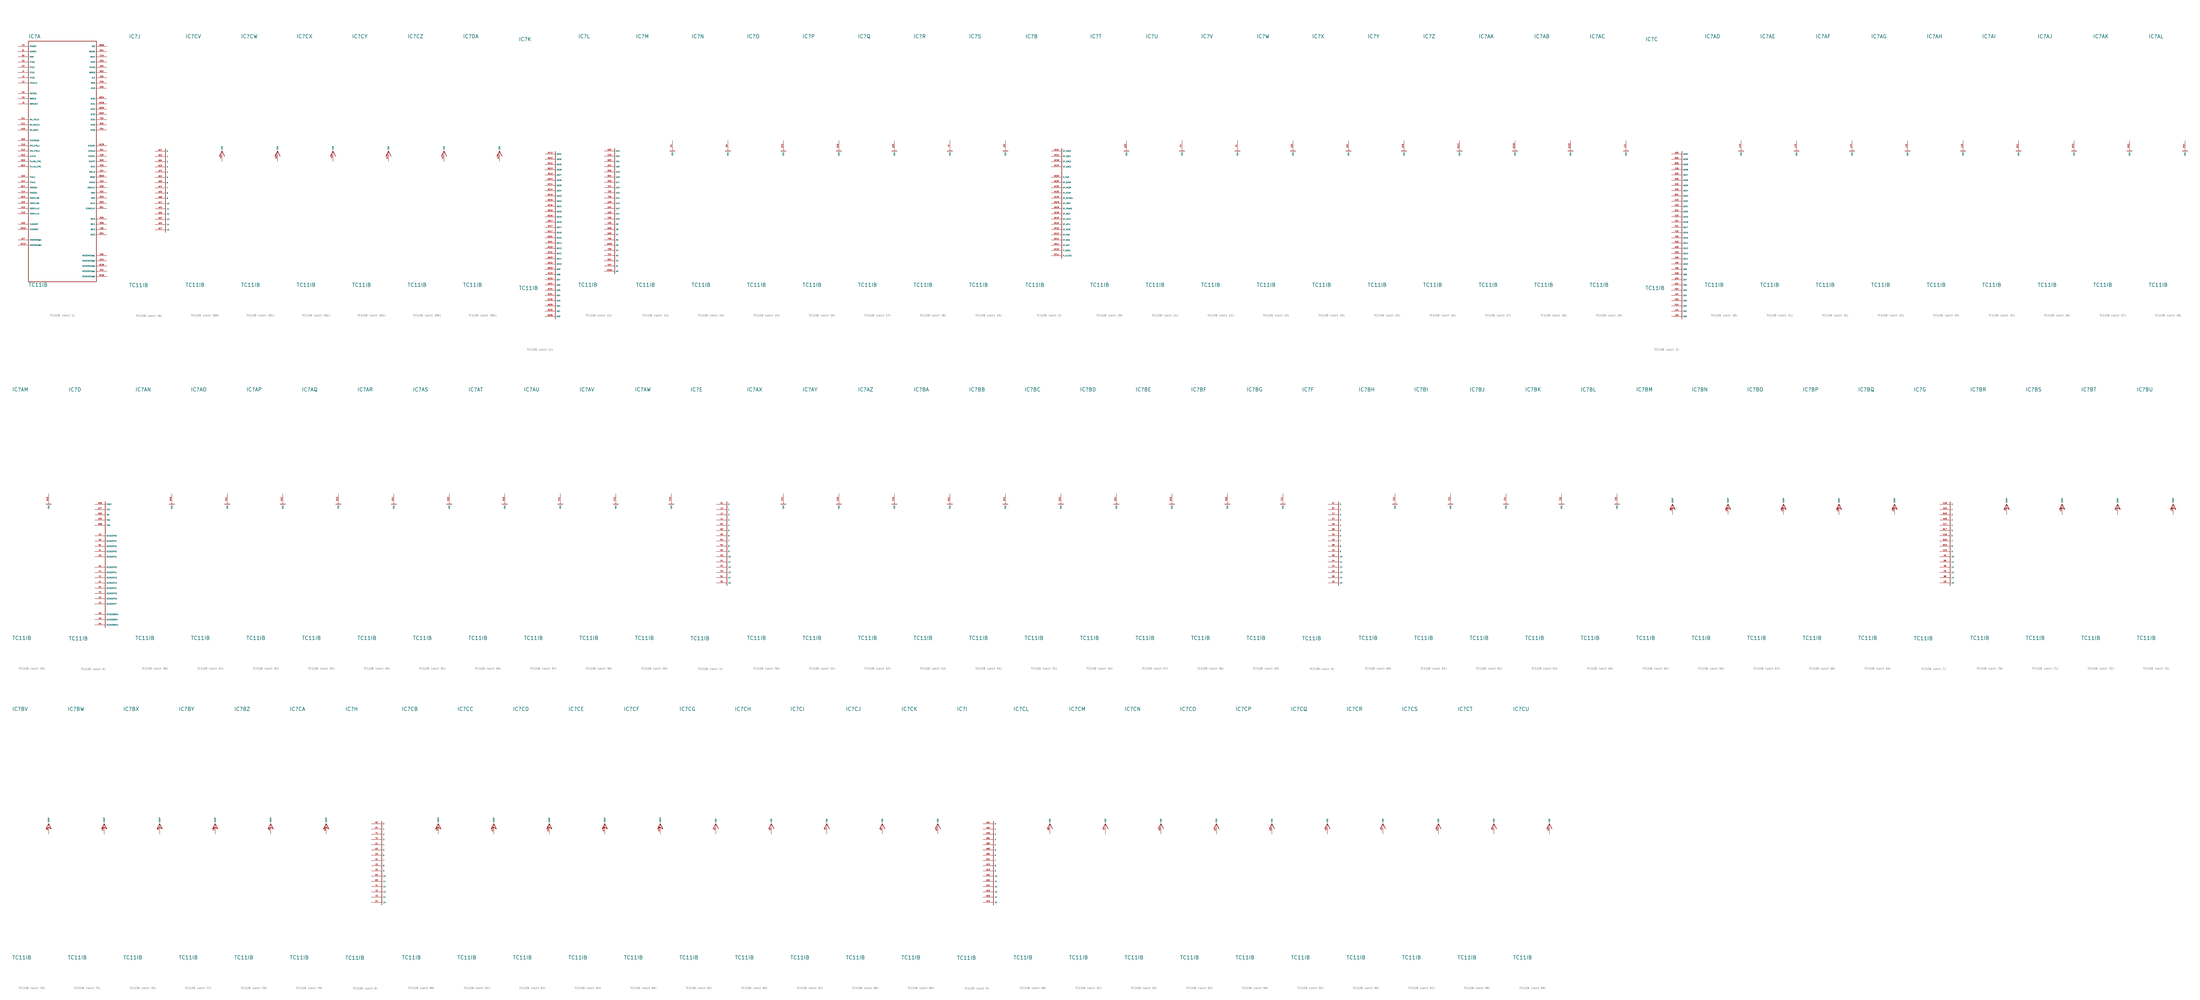
<source format=kicad_sym>
(kicad_symbol_lib
  (version 20220914)
  (generator Eagle2Kicad)
  (symbol "TC11IB"
    (property "Reference" "IC"
      (at -17.78 54.61 0)
      (effects (font (size 1.778 1.778) (thickness 0.22)) (justify left bottom)))
    (property "Value" "TC11IB"
      (at -17.78 -66.04 0)
      (effects (font (size 1.778 1.778) (thickness 0.22)) (justify left bottom)))
    (symbol "TC11IB_1_0"
      (polyline (pts (xy 15.24 53.34) (xy 15.24 -63.5)) (stroke (width 0.254) (type default)) (fill (type none)))
      (polyline (pts (xy 15.24 -63.5) (xy -17.78 -63.5)) (stroke (width 0.254) (type default)) (fill (type none)))
      (polyline (pts (xy -17.78 -63.5) (xy -17.78 53.34)) (stroke (width 0.254) (type default)) (fill (type none)))
      (polyline (pts (xy -17.78 53.34) (xy 15.24 53.34)) (stroke (width 0.254) (type default)) (fill (type none)))
      (pin output line (at -22.86 33.02 0) (length 5.08) (name "CPUCLK" (effects (font (size 0.635 0.635) (thickness 0.08)) (justify left bottom))) (number "C2" (effects (font (size 0.635 0.635) (thickness 0.08)) (justify left bottom))))
      (pin input line (at -22.86 45.72 0) (length 5.08) (name "!NMI" (effects (font (size 0.635 0.635) (thickness 0.08)) (justify left bottom))) (number "B2" (effects (font (size 0.635 0.635) (thickness 0.08)) (justify left bottom))))
      (pin bidirectional line (at 20.32 50.8 180) (length 5.08) (name "!RD" (effects (font (size 0.635 0.635) (thickness 0.08)) (justify left bottom))) (number "AB26" (effects (font (size 0.635 0.635) (thickness 0.08)) (justify left bottom))))
      (pin bidirectional line (at 20.32 -53.34 180) (length 5.08) (name "RESERVED@2" (effects (font (size 0.635 0.635) (thickness 0.08)) (justify left bottom))) (number "D15" (effects (font (size 0.635 0.635) (thickness 0.08)) (justify left bottom))))
      (pin output line (at 20.32 25.4 180) (length 5.08) (name "!CS0" (effects (font (size 0.635 0.635) (thickness 0.08)) (justify left bottom))) (number "AB24" (effects (font (size 0.635 0.635) (thickness 0.08)) (justify left bottom))))
      (pin input line (at -22.86 50.8 0) (length 5.08) (name "!PORST" (effects (font (size 0.635 0.635) (thickness 0.08)) (justify left bottom))) (number "C3" (effects (font (size 0.635 0.635) (thickness 0.08)) (justify left bottom))))
      (pin bidirectional line (at -22.86 48.26 0) (length 5.08) (name "!HDRST" (effects (font (size 0.635 0.635) (thickness 0.08)) (justify left bottom))) (number "A1" (effects (font (size 0.635 0.635) (thickness 0.08)) (justify left bottom))))
      (pin bidirectional line (at -22.86 43.18 0) (length 5.08) (name "CFG0" (effects (font (size 0.635 0.635) (thickness 0.08)) (justify left bottom))) (number "K2" (effects (font (size 0.635 0.635) (thickness 0.08)) (justify left bottom))))
      (pin bidirectional line (at 20.32 45.72 180) (length 5.08) (name "!WAIT" (effects (font (size 0.635 0.635) (thickness 0.08)) (justify left bottom))) (number "C19" (effects (font (size 0.635 0.635) (thickness 0.08)) (justify left bottom))))
      (pin output line (at 20.32 -10.16 180) (length 5.08) (name "!MR_W" (effects (font (size 0.635 0.635) (thickness 0.08)) (justify left bottom))) (number "C21" (effects (font (size 0.635 0.635) (thickness 0.08)) (justify left bottom))))
      (pin output line (at 20.32 35.56 180) (length 5.08) (name "ALE" (effects (font (size 0.635 0.635) (thickness 0.08)) (justify left bottom))) (number "A20" (effects (font (size 0.635 0.635) (thickness 0.08)) (justify left bottom))))
      (pin output line (at 20.32 -20.32 180) (length 5.08) (name "!BAA" (effects (font (size 0.635 0.635) (thickness 0.08)) (justify left bottom))) (number "A22" (effects (font (size 0.635 0.635) (thickness 0.08)) (justify left bottom))))
      (pin output line (at 20.32 33.02 180) (length 5.08) (name "!RAS" (effects (font (size 0.635 0.635) (thickness 0.08)) (justify left bottom))) (number "P25" (effects (font (size 0.635 0.635) (thickness 0.08)) (justify left bottom))))
      (pin output line (at 20.32 30.48 180) (length 5.08) (name "!CAS" (effects (font (size 0.635 0.635) (thickness 0.08)) (justify left bottom))) (number "N25" (effects (font (size 0.635 0.635) (thickness 0.08)) (justify left bottom))))
      (pin output line (at 20.32 22.86 180) (length 5.08) (name "!CS1" (effects (font (size 0.635 0.635) (thickness 0.08)) (justify left bottom))) (number "AC26" (effects (font (size 0.635 0.635) (thickness 0.08)) (justify left bottom))))
      (pin output line (at 20.32 20.32 180) (length 5.08) (name "!CS2" (effects (font (size 0.635 0.635) (thickness 0.08)) (justify left bottom))) (number "AB25" (effects (font (size 0.635 0.635) (thickness 0.08)) (justify left bottom))))
      (pin output line (at 20.32 17.78 180) (length 5.08) (name "!CS3" (effects (font (size 0.635 0.635) (thickness 0.08)) (justify left bottom))) (number "AA24" (effects (font (size 0.635 0.635) (thickness 0.08)) (justify left bottom))))
      (pin output line (at 20.32 15.24 180) (length 5.08) (name "!CS4" (effects (font (size 0.635 0.635) (thickness 0.08)) (justify left bottom))) (number "Y23" (effects (font (size 0.635 0.635) (thickness 0.08)) (justify left bottom))))
      (pin output line (at 20.32 12.7 180) (length 5.08) (name "!CS5" (effects (font (size 0.635 0.635) (thickness 0.08)) (justify left bottom))) (number "R26" (effects (font (size 0.635 0.635) (thickness 0.08)) (justify left bottom))))
      (pin output line (at 20.32 10.16 180) (length 5.08) (name "!CS6" (effects (font (size 0.635 0.635) (thickness 0.08)) (justify left bottom))) (number "P24" (effects (font (size 0.635 0.635) (thickness 0.08)) (justify left bottom))))
      (pin output line (at 20.32 -50.8 180) (length 5.08) (name "RESERVED@1" (effects (font (size 0.635 0.635) (thickness 0.08)) (justify left bottom))) (number "A26" (effects (font (size 0.635 0.635) (thickness 0.08)) (justify left bottom))))
      (pin bidirectional line (at -22.86 40.64 0) (length 5.08) (name "CFG1" (effects (font (size 0.635 0.635) (thickness 0.08)) (justify left bottom))) (number "K3" (effects (font (size 0.635 0.635) (thickness 0.08)) (justify left bottom))))
      (pin bidirectional line (at -22.86 38.1 0) (length 5.08) (name "CFG2" (effects (font (size 0.635 0.635) (thickness 0.08)) (justify left bottom))) (number "J1" (effects (font (size 0.635 0.635) (thickness 0.08)) (justify left bottom))))
      (pin bidirectional line (at -22.86 35.56 0) (length 5.08) (name "CFG3" (effects (font (size 0.635 0.635) (thickness 0.08)) (justify left bottom))) (number "J2" (effects (font (size 0.635 0.635) (thickness 0.08)) (justify left bottom))))
      (pin output line (at 20.32 43.18 180) (length 5.08) (name "!SVM" (effects (font (size 0.635 0.635) (thickness 0.08)) (justify left bottom))) (number "D20" (effects (font (size 0.635 0.635) (thickness 0.08)) (justify left bottom))))
      (pin bidirectional line (at 20.32 40.64 180) (length 5.08) (name "!HLDA" (effects (font (size 0.635 0.635) (thickness 0.08)) (justify left bottom))) (number "A23" (effects (font (size 0.635 0.635) (thickness 0.08)) (justify left bottom))))
      (pin output line (at 20.32 38.1 180) (length 5.08) (name "!BREQ" (effects (font (size 0.635 0.635) (thickness 0.08)) (justify left bottom))) (number "B22" (effects (font (size 0.635 0.635) (thickness 0.08)) (justify left bottom))))
      (pin output line (at 20.32 2.54 180) (length 5.08) (name "!CSEMU" (effects (font (size 0.635 0.635) (thickness 0.08)) (justify left bottom))) (number "AC25" (effects (font (size 0.635 0.635) (thickness 0.08)) (justify left bottom))))
      (pin output line (at 20.32 0 180) (length 5.08) (name "!CSGLB" (effects (font (size 0.635 0.635) (thickness 0.08)) (justify left bottom))) (number "A21" (effects (font (size 0.635 0.635) (thickness 0.08)) (justify left bottom))))
      (pin output line (at 20.32 -2.54 180) (length 5.08) (name "!CSOVL" (effects (font (size 0.635 0.635) (thickness 0.08)) (justify left bottom))) (number "C20" (effects (font (size 0.635 0.635) (thickness 0.08)) (justify left bottom))))
      (pin output line (at 20.32 -5.08 180) (length 5.08) (name "!CSFPI" (effects (font (size 0.635 0.635) (thickness 0.08)) (justify left bottom))) (number "B20" (effects (font (size 0.635 0.635) (thickness 0.08)) (justify left bottom))))
      (pin output line (at 20.32 -7.62 180) (length 5.08) (name "!CKE" (effects (font (size 0.635 0.635) (thickness 0.08)) (justify left bottom))) (number "P26" (effects (font (size 0.635 0.635) (thickness 0.08)) (justify left bottom))))
      (pin output line (at 20.32 -12.7 180) (length 5.08) (name "!RMW" (effects (font (size 0.635 0.635) (thickness 0.08)) (justify left bottom))) (number "AB23" (effects (font (size 0.635 0.635) (thickness 0.08)) (justify left bottom))))
      (pin input line (at 20.32 -15.24 180) (length 5.08) (name "!HOLD" (effects (font (size 0.635 0.635) (thickness 0.08)) (justify left bottom))) (number "C22" (effects (font (size 0.635 0.635) (thickness 0.08)) (justify left bottom))))
      (pin output line (at 20.32 -17.78 180) (length 5.08) (name "EBUCLK" (effects (font (size 0.635 0.635) (thickness 0.08)) (justify left bottom))) (number "N26" (effects (font (size 0.635 0.635) (thickness 0.08)) (justify left bottom))))
      (pin output line (at 20.32 -22.86 180) (length 5.08) (name "!ADV" (effects (font (size 0.635 0.635) (thickness 0.08)) (justify left bottom))) (number "B19" (effects (font (size 0.635 0.635) (thickness 0.08)) (justify left bottom))))
      (pin output line (at 20.32 -25.4 180) (length 5.08) (name "ACLK" (effects (font (size 0.635 0.635) (thickness 0.08)) (justify left bottom))) (number "M23" (effects (font (size 0.635 0.635) (thickness 0.08)) (justify left bottom))))
      (pin input line (at 20.32 -27.94 180) (length 5.08) (name "!CMDELAY" (effects (font (size 0.635 0.635) (thickness 0.08)) (justify left bottom))) (number "B21" (effects (font (size 0.635 0.635) (thickness 0.08)) (justify left bottom))))
      (pin input line (at -22.86 15.24 0) (length 5.08) (name "MII_TXCLK" (effects (font (size 0.635 0.635) (thickness 0.08)) (justify left bottom))) (number "A11" (effects (font (size 0.635 0.635) (thickness 0.08)) (justify left bottom))))
      (pin input line (at -22.86 12.7 0) (length 5.08) (name "MII_RXCLK" (effects (font (size 0.635 0.635) (thickness 0.08)) (justify left bottom))) (number "C11" (effects (font (size 0.635 0.635) (thickness 0.08)) (justify left bottom))))
      (pin input line (at -22.86 10.16 0) (length 5.08) (name "MII_MDIO" (effects (font (size 0.635 0.635) (thickness 0.08)) (justify left bottom))) (number "A10" (effects (font (size 0.635 0.635) (thickness 0.08)) (justify left bottom))))
      (pin input line (at -22.86 5.08 0) (length 5.08) (name "TESTMODE" (effects (font (size 0.635 0.635) (thickness 0.08)) (justify left bottom))) (number "AE9" (effects (font (size 0.635 0.635) (thickness 0.08)) (justify left bottom))))
      (pin input line (at -22.86 2.54 0) (length 5.08) (name "!TM_CTRL1" (effects (font (size 0.635 0.635) (thickness 0.08)) (justify left bottom))) (number "C15" (effects (font (size 0.635 0.635) (thickness 0.08)) (justify left bottom))))
      (pin input line (at -22.86 0 0) (length 5.08) (name "!TM_CTRL2" (effects (font (size 0.635 0.635) (thickness 0.08)) (justify left bottom))) (number "C12" (effects (font (size 0.635 0.635) (thickness 0.08)) (justify left bottom))))
      (pin input line (at -22.86 -2.54 0) (length 5.08) (name "CLK42" (effects (font (size 0.635 0.635) (thickness 0.08)) (justify left bottom))) (number "D12" (effects (font (size 0.635 0.635) (thickness 0.08)) (justify left bottom))))
      (pin output line (at -22.86 -5.08 0) (length 5.08) (name "PLL96_CTRL" (effects (font (size 0.635 0.635) (thickness 0.08)) (justify left bottom))) (number "B15" (effects (font (size 0.635 0.635) (thickness 0.08)) (justify left bottom))))
      (pin output line (at -22.86 -7.62 0) (length 5.08) (name "PLL42_CTRL" (effects (font (size 0.635 0.635) (thickness 0.08)) (justify left bottom))) (number "B12" (effects (font (size 0.635 0.635) (thickness 0.08)) (justify left bottom))))
      (pin input line (at -22.86 -12.7 0) (length 5.08) (name "XTAL1" (effects (font (size 0.635 0.635) (thickness 0.08)) (justify left bottom))) (number "A15" (effects (font (size 0.635 0.635) (thickness 0.08)) (justify left bottom))))
      (pin output line (at -22.86 -15.24 0) (length 5.08) (name "XTAL2" (effects (font (size 0.635 0.635) (thickness 0.08)) (justify left bottom))) (number "A14" (effects (font (size 0.635 0.635) (thickness 0.08)) (justify left bottom))))
      (pin input line (at -22.86 -17.78 0) (length 5.08) (name "VDDOSC" (effects (font (size 0.635 0.635) (thickness 0.08)) (justify left bottom))) (number "B14" (effects (font (size 0.635 0.635) (thickness 0.08)) (justify left bottom))))
      (pin input line (at -22.86 -20.32 0) (length 5.08) (name "VSSOSC" (effects (font (size 0.635 0.635) (thickness 0.08)) (justify left bottom))) (number "C14" (effects (font (size 0.635 0.635) (thickness 0.08)) (justify left bottom))))
      (pin input line (at -22.86 -22.86 0) (length 5.08) (name "VDDPLL96" (effects (font (size 0.635 0.635) (thickness 0.08)) (justify left bottom))) (number "B13" (effects (font (size 0.635 0.635) (thickness 0.08)) (justify left bottom))))
      (pin input line (at -22.86 -25.4 0) (length 5.08) (name "VSSPLL96" (effects (font (size 0.635 0.635) (thickness 0.08)) (justify left bottom))) (number "A13" (effects (font (size 0.635 0.635) (thickness 0.08)) (justify left bottom))))
      (pin input line (at -22.86 -27.94 0) (length 5.08) (name "VDDPLL42" (effects (font (size 0.635 0.635) (thickness 0.08)) (justify left bottom))) (number "A12" (effects (font (size 0.635 0.635) (thickness 0.08)) (justify left bottom))))
      (pin input line (at -22.86 -30.48 0) (length 5.08) (name "VSSPLL42" (effects (font (size 0.635 0.635) (thickness 0.08)) (justify left bottom))) (number "C13" (effects (font (size 0.635 0.635) (thickness 0.08)) (justify left bottom))))
      (pin input line (at -22.86 -35.56 0) (length 5.08) (name "VLMUREF" (effects (font (size 0.635 0.635) (thickness 0.08)) (justify left bottom))) (number "A16" (effects (font (size 0.635 0.635) (thickness 0.08)) (justify left bottom))))
      (pin input line (at -22.86 -38.1 0) (length 5.08) (name "VCOMREF" (effects (font (size 0.635 0.635) (thickness 0.08)) (justify left bottom))) (number "AD10" (effects (font (size 0.635 0.635) (thickness 0.08)) (justify left bottom))))
      (pin input line (at -22.86 27.94 0) (length 5.08) (name "!OCDSE" (effects (font (size 0.635 0.635) (thickness 0.08)) (justify left bottom))) (number "H2" (effects (font (size 0.635 0.635) (thickness 0.08)) (justify left bottom))))
      (pin input line (at -22.86 25.4 0) (length 5.08) (name "!BRKIN" (effects (font (size 0.635 0.635) (thickness 0.08)) (justify left bottom))) (number "H3" (effects (font (size 0.635 0.635) (thickness 0.08)) (justify left bottom))))
      (pin output line (at -22.86 22.86 0) (length 5.08) (name "!BRKOUT" (effects (font (size 0.635 0.635) (thickness 0.08)) (justify left bottom))) (number "J3" (effects (font (size 0.635 0.635) (thickness 0.08)) (justify left bottom))))
      (pin bidirectional line (at 20.32 -55.88 180) (length 5.08) (name "RESERVED@3" (effects (font (size 0.635 0.635) (thickness 0.08)) (justify left bottom))) (number "AE26" (effects (font (size 0.635 0.635) (thickness 0.08)) (justify left bottom))))
      (pin input line (at -22.86 -43.18 0) (length 5.08) (name "VDDDRAM@1" (effects (font (size 0.635 0.635) (thickness 0.08)) (justify left bottom))) (number "A17" (effects (font (size 0.635 0.635) (thickness 0.08)) (justify left bottom))))
      (pin input line (at -22.86 -45.72 0) (length 5.08) (name "VDDDRAM@2" (effects (font (size 0.635 0.635) (thickness 0.08)) (justify left bottom))) (number "AF13" (effects (font (size 0.635 0.635) (thickness 0.08)) (justify left bottom))))
      (pin bidirectional line (at 20.32 -58.42 180) (length 5.08) (name "RESERVED@4" (effects (font (size 0.635 0.635) (thickness 0.08)) (justify left bottom))) (number "AF9" (effects (font (size 0.635 0.635) (thickness 0.08)) (justify left bottom))))
      (pin bidirectional line (at 20.32 -60.96 180) (length 5.08) (name "RESERVED@5" (effects (font (size 0.635 0.635) (thickness 0.08)) (justify left bottom))) (number "AF26" (effects (font (size 0.635 0.635) (thickness 0.08)) (justify left bottom))))
      (pin bidirectional line (at 20.32 -33.02 180) (length 5.08) (name "!BC0" (effects (font (size 0.635 0.635) (thickness 0.08)) (justify left bottom))) (number "M25" (effects (font (size 0.635 0.635) (thickness 0.08)) (justify left bottom))))
      (pin bidirectional line (at 20.32 -35.56 180) (length 5.08) (name "!BC1" (effects (font (size 0.635 0.635) (thickness 0.08)) (justify left bottom))) (number "M26" (effects (font (size 0.635 0.635) (thickness 0.08)) (justify left bottom))))
      (pin bidirectional line (at 20.32 -38.1 180) (length 5.08) (name "!BC2" (effects (font (size 0.635 0.635) (thickness 0.08)) (justify left bottom))) (number "L26" (effects (font (size 0.635 0.635) (thickness 0.08)) (justify left bottom))))
      (pin bidirectional line (at 20.32 -40.64 180) (length 5.08) (name "!BC3" (effects (font (size 0.635 0.635) (thickness 0.08)) (justify left bottom))) (number "M24" (effects (font (size 0.635 0.635) (thickness 0.08)) (justify left bottom))))
      (pin bidirectional line (at 20.32 48.26 180) (length 5.08) (name "!RDWR" (effects (font (size 0.635 0.635) (thickness 0.08)) (justify left bottom))) (number "N24" (effects (font (size 0.635 0.635) (thickness 0.08)) (justify left bottom)))))
    (symbol "TC11IB_2_0"
      (polyline (pts (xy 0 1.27) (xy 0 -52.07)) (stroke (width 0.254) (type default)) (fill (type none)))
      (pin bidirectional line (at -5.08 -12.7 0) (length 5.08) (name "P_PAR" (effects (font (size 0.635 0.635) (thickness 0.08)) (justify left bottom))) (number "AD20" (effects (font (size 0.635 0.635) (thickness 0.08)) (justify left bottom))))
      (pin bidirectional line (at -5.08 -15.24 0) (length 5.08) (name "!P_SERR" (effects (font (size 0.635 0.635) (thickness 0.08)) (justify left bottom))) (number "AE20" (effects (font (size 0.635 0.635) (thickness 0.08)) (justify left bottom))))
      (pin bidirectional line (at -5.08 -17.78 0) (length 5.08) (name "!P_PERR" (effects (font (size 0.635 0.635) (thickness 0.08)) (justify left bottom))) (number "AF20" (effects (font (size 0.635 0.635) (thickness 0.08)) (justify left bottom))))
      (pin bidirectional line (at -5.08 -20.32 0) (length 5.08) (name "!P_STOP" (effects (font (size 0.635 0.635) (thickness 0.08)) (justify left bottom))) (number "AC20" (effects (font (size 0.635 0.635) (thickness 0.08)) (justify left bottom))))
      (pin bidirectional line (at -5.08 -22.86 0) (length 5.08) (name "!P_DEVSEL" (effects (font (size 0.635 0.635) (thickness 0.08)) (justify left bottom))) (number "AF19" (effects (font (size 0.635 0.635) (thickness 0.08)) (justify left bottom))))
      (pin bidirectional line (at -5.08 -25.4 0) (length 5.08) (name "!P_TRDY" (effects (font (size 0.635 0.635) (thickness 0.08)) (justify left bottom))) (number "AD19" (effects (font (size 0.635 0.635) (thickness 0.08)) (justify left bottom))))
      (pin bidirectional line (at -5.08 -27.94 0) (length 5.08) (name "!P_FRAME" (effects (font (size 0.635 0.635) (thickness 0.08)) (justify left bottom))) (number "AD18" (effects (font (size 0.635 0.635) (thickness 0.08)) (justify left bottom))))
      (pin bidirectional line (at -5.08 -30.48 0) (length 5.08) (name "!P_IRDY" (effects (font (size 0.635 0.635) (thickness 0.08)) (justify left bottom))) (number "AE18" (effects (font (size 0.635 0.635) (thickness 0.08)) (justify left bottom))))
      (pin bidirectional line (at -5.08 -33.02 0) (length 5.08) (name "!P_LOCK" (effects (font (size 0.635 0.635) (thickness 0.08)) (justify left bottom))) (number "AE19" (effects (font (size 0.635 0.635) (thickness 0.08)) (justify left bottom))))
      (pin output line (at -5.08 -35.56 0) (length 5.08) (name "!P_INTA" (effects (font (size 0.635 0.635) (thickness 0.08)) (justify left bottom))) (number "AE10" (effects (font (size 0.635 0.635) (thickness 0.08)) (justify left bottom))))
      (pin output line (at -5.08 -38.1 0) (length 5.08) (name "!P_INTB" (effects (font (size 0.635 0.635) (thickness 0.08)) (justify left bottom))) (number "AF10" (effects (font (size 0.635 0.635) (thickness 0.08)) (justify left bottom))))
      (pin output line (at -5.08 -40.64 0) (length 5.08) (name "!P_PME" (effects (font (size 0.635 0.635) (thickness 0.08)) (justify left bottom))) (number "AC12" (effects (font (size 0.635 0.635) (thickness 0.08)) (justify left bottom))))
      (pin output line (at -5.08 -43.18 0) (length 5.08) (name "!P_REQ" (effects (font (size 0.635 0.635) (thickness 0.08)) (justify left bottom))) (number "AE11" (effects (font (size 0.635 0.635) (thickness 0.08)) (justify left bottom))))
      (pin input line (at -5.08 -45.72 0) (length 5.08) (name "!P_GNT" (effects (font (size 0.635 0.635) (thickness 0.08)) (justify left bottom))) (number "AD11" (effects (font (size 0.635 0.635) (thickness 0.08)) (justify left bottom))))
      (pin input line (at -5.08 -48.26 0) (length 5.08) (name "P_IDSEL" (effects (font (size 0.635 0.635) (thickness 0.08)) (justify left bottom))) (number "AC15" (effects (font (size 0.635 0.635) (thickness 0.08)) (justify left bottom))))
      (pin input line (at -5.08 -50.8 0) (length 5.08) (name "P_CLK33" (effects (font (size 0.635 0.635) (thickness 0.08)) (justify left bottom))) (number "AF11" (effects (font (size 0.635 0.635) (thickness 0.08)) (justify left bottom))))
      (pin bidirectional line (at -5.08 0 0) (length 5.08) (name "!P_CBE0" (effects (font (size 0.635 0.635) (thickness 0.08)) (justify left bottom))) (number "AC24" (effects (font (size 0.635 0.635) (thickness 0.08)) (justify left bottom))))
      (pin bidirectional line (at -5.08 -2.54 0) (length 5.08) (name "!P_CBE1" (effects (font (size 0.635 0.635) (thickness 0.08)) (justify left bottom))) (number "AF21" (effects (font (size 0.635 0.635) (thickness 0.08)) (justify left bottom))))
      (pin bidirectional line (at -5.08 -5.08 0) (length 5.08) (name "!P_CBE2" (effects (font (size 0.635 0.635) (thickness 0.08)) (justify left bottom))) (number "AF18" (effects (font (size 0.635 0.635) (thickness 0.08)) (justify left bottom))))
      (pin bidirectional line (at -5.08 -7.62 0) (length 5.08) (name "!P_CBE3" (effects (font (size 0.635 0.635) (thickness 0.08)) (justify left bottom))) (number "AF15" (effects (font (size 0.635 0.635) (thickness 0.08)) (justify left bottom)))))
    (symbol "TC11IB_3_0"
      (polyline (pts (xy 0 1.27) (xy 0 -80.01)) (stroke (width 0.254) (type default)) (fill (type none)))
      (pin bidirectional line (at -5.08 -78.74 0) (length 5.08) (name "AD0" (effects (font (size 0.635 0.635) (thickness 0.08)) (justify left bottom))) (number "L25" (effects (font (size 0.635 0.635) (thickness 0.08)) (justify left bottom))))
      (pin bidirectional line (at -5.08 -76.2 0) (length 5.08) (name "AD1" (effects (font (size 0.635 0.635) (thickness 0.08)) (justify left bottom))) (number "L24" (effects (font (size 0.635 0.635) (thickness 0.08)) (justify left bottom))))
      (pin bidirectional line (at -5.08 -73.66 0) (length 5.08) (name "AD2" (effects (font (size 0.635 0.635) (thickness 0.08)) (justify left bottom))) (number "K24" (effects (font (size 0.635 0.635) (thickness 0.08)) (justify left bottom))))
      (pin bidirectional line (at -5.08 -71.12 0) (length 5.08) (name "AD3" (effects (font (size 0.635 0.635) (thickness 0.08)) (justify left bottom))) (number "K25" (effects (font (size 0.635 0.635) (thickness 0.08)) (justify left bottom))))
      (pin bidirectional line (at -5.08 -68.58 0) (length 5.08) (name "AD4" (effects (font (size 0.635 0.635) (thickness 0.08)) (justify left bottom))) (number "J24" (effects (font (size 0.635 0.635) (thickness 0.08)) (justify left bottom))))
      (pin bidirectional line (at -5.08 -66.04 0) (length 5.08) (name "AD5" (effects (font (size 0.635 0.635) (thickness 0.08)) (justify left bottom))) (number "H24" (effects (font (size 0.635 0.635) (thickness 0.08)) (justify left bottom))))
      (pin bidirectional line (at -5.08 -63.5 0) (length 5.08) (name "AD6" (effects (font (size 0.635 0.635) (thickness 0.08)) (justify left bottom))) (number "G24" (effects (font (size 0.635 0.635) (thickness 0.08)) (justify left bottom))))
      (pin bidirectional line (at -5.08 -60.96 0) (length 5.08) (name "AD7" (effects (font (size 0.635 0.635) (thickness 0.08)) (justify left bottom))) (number "G23" (effects (font (size 0.635 0.635) (thickness 0.08)) (justify left bottom))))
      (pin bidirectional line (at -5.08 -58.42 0) (length 5.08) (name "AD8" (effects (font (size 0.635 0.635) (thickness 0.08)) (justify left bottom))) (number "K26" (effects (font (size 0.635 0.635) (thickness 0.08)) (justify left bottom))))
      (pin bidirectional line (at -5.08 -55.88 0) (length 5.08) (name "AD9" (effects (font (size 0.635 0.635) (thickness 0.08)) (justify left bottom))) (number "J26" (effects (font (size 0.635 0.635) (thickness 0.08)) (justify left bottom))))
      (pin bidirectional line (at -5.08 -53.34 0) (length 5.08) (name "AD10" (effects (font (size 0.635 0.635) (thickness 0.08)) (justify left bottom))) (number "J25" (effects (font (size 0.635 0.635) (thickness 0.08)) (justify left bottom))))
      (pin bidirectional line (at -5.08 -50.8 0) (length 5.08) (name "AD11" (effects (font (size 0.635 0.635) (thickness 0.08)) (justify left bottom))) (number "H26" (effects (font (size 0.635 0.635) (thickness 0.08)) (justify left bottom))))
      (pin bidirectional line (at -5.08 -48.26 0) (length 5.08) (name "AD12" (effects (font (size 0.635 0.635) (thickness 0.08)) (justify left bottom))) (number "H25" (effects (font (size 0.635 0.635) (thickness 0.08)) (justify left bottom))))
      (pin bidirectional line (at -5.08 -45.72 0) (length 5.08) (name "AD13" (effects (font (size 0.635 0.635) (thickness 0.08)) (justify left bottom))) (number "G26" (effects (font (size 0.635 0.635) (thickness 0.08)) (justify left bottom))))
      (pin bidirectional line (at -5.08 -43.18 0) (length 5.08) (name "AD14" (effects (font (size 0.635 0.635) (thickness 0.08)) (justify left bottom))) (number "G25" (effects (font (size 0.635 0.635) (thickness 0.08)) (justify left bottom))))
      (pin bidirectional line (at -5.08 -40.64 0) (length 5.08) (name "AD15" (effects (font (size 0.635 0.635) (thickness 0.08)) (justify left bottom))) (number "F26" (effects (font (size 0.635 0.635) (thickness 0.08)) (justify left bottom))))
      (pin bidirectional line (at -5.08 -38.1 0) (length 5.08) (name "AD16" (effects (font (size 0.635 0.635) (thickness 0.08)) (justify left bottom))) (number "F25" (effects (font (size 0.635 0.635) (thickness 0.08)) (justify left bottom))))
      (pin bidirectional line (at -5.08 -35.56 0) (length 5.08) (name "AD17" (effects (font (size 0.635 0.635) (thickness 0.08)) (justify left bottom))) (number "F24" (effects (font (size 0.635 0.635) (thickness 0.08)) (justify left bottom))))
      (pin bidirectional line (at -5.08 -33.02 0) (length 5.08) (name "AD18" (effects (font (size 0.635 0.635) (thickness 0.08)) (justify left bottom))) (number "E24" (effects (font (size 0.635 0.635) (thickness 0.08)) (justify left bottom))))
      (pin bidirectional line (at -5.08 -30.48 0) (length 5.08) (name "AD19" (effects (font (size 0.635 0.635) (thickness 0.08)) (justify left bottom))) (number "E23" (effects (font (size 0.635 0.635) (thickness 0.08)) (justify left bottom))))
      (pin bidirectional line (at -5.08 -27.94 0) (length 5.08) (name "AD20" (effects (font (size 0.635 0.635) (thickness 0.08)) (justify left bottom))) (number "D24" (effects (font (size 0.635 0.635) (thickness 0.08)) (justify left bottom))))
      (pin bidirectional line (at -5.08 -25.4 0) (length 5.08) (name "AD21" (effects (font (size 0.635 0.635) (thickness 0.08)) (justify left bottom))) (number "C25" (effects (font (size 0.635 0.635) (thickness 0.08)) (justify left bottom))))
      (pin bidirectional line (at -5.08 -22.86 0) (length 5.08) (name "AD22" (effects (font (size 0.635 0.635) (thickness 0.08)) (justify left bottom))) (number "C24" (effects (font (size 0.635 0.635) (thickness 0.08)) (justify left bottom))))
      (pin bidirectional line (at -5.08 -20.32 0) (length 5.08) (name "AD23" (effects (font (size 0.635 0.635) (thickness 0.08)) (justify left bottom))) (number "B24" (effects (font (size 0.635 0.635) (thickness 0.08)) (justify left bottom))))
      (pin bidirectional line (at -5.08 -17.78 0) (length 5.08) (name "AD24" (effects (font (size 0.635 0.635) (thickness 0.08)) (justify left bottom))) (number "E26" (effects (font (size 0.635 0.635) (thickness 0.08)) (justify left bottom))))
      (pin bidirectional line (at -5.08 -15.24 0) (length 5.08) (name "AD25" (effects (font (size 0.635 0.635) (thickness 0.08)) (justify left bottom))) (number "E25" (effects (font (size 0.635 0.635) (thickness 0.08)) (justify left bottom))))
      (pin bidirectional line (at -5.08 -12.7 0) (length 5.08) (name "AD26" (effects (font (size 0.635 0.635) (thickness 0.08)) (justify left bottom))) (number "D26" (effects (font (size 0.635 0.635) (thickness 0.08)) (justify left bottom))))
      (pin bidirectional line (at -5.08 -10.16 0) (length 5.08) (name "AD27" (effects (font (size 0.635 0.635) (thickness 0.08)) (justify left bottom))) (number "D25" (effects (font (size 0.635 0.635) (thickness 0.08)) (justify left bottom))))
      (pin bidirectional line (at -5.08 -7.62 0) (length 5.08) (name "AD28" (effects (font (size 0.635 0.635) (thickness 0.08)) (justify left bottom))) (number "C26" (effects (font (size 0.635 0.635) (thickness 0.08)) (justify left bottom))))
      (pin bidirectional line (at -5.08 -5.08 0) (length 5.08) (name "AD29" (effects (font (size 0.635 0.635) (thickness 0.08)) (justify left bottom))) (number "B26" (effects (font (size 0.635 0.635) (thickness 0.08)) (justify left bottom))))
      (pin bidirectional line (at -5.08 -2.54 0) (length 5.08) (name "AD30" (effects (font (size 0.635 0.635) (thickness 0.08)) (justify left bottom))) (number "B25" (effects (font (size 0.635 0.635) (thickness 0.08)) (justify left bottom))))
      (pin bidirectional line (at -5.08 0 0) (length 5.08) (name "AD31" (effects (font (size 0.635 0.635) (thickness 0.08)) (justify left bottom))) (number "A25" (effects (font (size 0.635 0.635) (thickness 0.08)) (justify left bottom)))))
    (symbol "TC11IB_4_0"
      (polyline (pts (xy 0 1.27) (xy 0 -59.69)) (stroke (width 0.254) (type default)) (fill (type none)))
      (pin input line (at -5.08 0 0) (length 5.08) (name "!TRST" (effects (font (size 0.635 0.635) (thickness 0.08)) (justify left bottom))) (number "AE8" (effects (font (size 0.635 0.635) (thickness 0.08)) (justify left bottom))))
      (pin output line (at -5.08 -15.24 0) (length 5.08) (name "OCDS2PS0" (effects (font (size 0.635 0.635) (thickness 0.08)) (justify left bottom))) (number "E3" (effects (font (size 0.635 0.635) (thickness 0.08)) (justify left bottom))))
      (pin output line (at -5.08 -17.78 0) (length 5.08) (name "OCDS2PS1" (effects (font (size 0.635 0.635) (thickness 0.08)) (justify left bottom))) (number "D2" (effects (font (size 0.635 0.635) (thickness 0.08)) (justify left bottom))))
      (pin output line (at -5.08 -20.32 0) (length 5.08) (name "OCDS2PS2" (effects (font (size 0.635 0.635) (thickness 0.08)) (justify left bottom))) (number "B1" (effects (font (size 0.635 0.635) (thickness 0.08)) (justify left bottom))))
      (pin output line (at -5.08 -22.86 0) (length 5.08) (name "OCDS2PS3" (effects (font (size 0.635 0.635) (thickness 0.08)) (justify left bottom))) (number "E4" (effects (font (size 0.635 0.635) (thickness 0.08)) (justify left bottom))))
      (pin output line (at -5.08 -25.4 0) (length 5.08) (name "OCDS2PS4" (effects (font (size 0.635 0.635) (thickness 0.08)) (justify left bottom))) (number "D3" (effects (font (size 0.635 0.635) (thickness 0.08)) (justify left bottom))))
      (pin output line (at -5.08 -30.48 0) (length 5.08) (name "OCDS2PC0" (effects (font (size 0.635 0.635) (thickness 0.08)) (justify left bottom))) (number "G1" (effects (font (size 0.635 0.635) (thickness 0.08)) (justify left bottom))))
      (pin output line (at -5.08 -33.02 0) (length 5.08) (name "OCDS2PC1" (effects (font (size 0.635 0.635) (thickness 0.08)) (justify left bottom))) (number "F1" (effects (font (size 0.635 0.635) (thickness 0.08)) (justify left bottom))))
      (pin output line (at -5.08 -35.56 0) (length 5.08) (name "OCDS2PC2" (effects (font (size 0.635 0.635) (thickness 0.08)) (justify left bottom))) (number "F2" (effects (font (size 0.635 0.635) (thickness 0.08)) (justify left bottom))))
      (pin output line (at -5.08 -53.34 0) (length 5.08) (name "OCDS2BRK0" (effects (font (size 0.635 0.635) (thickness 0.08)) (justify left bottom))) (number "G2" (effects (font (size 0.635 0.635) (thickness 0.08)) (justify left bottom))))
      (pin output line (at -5.08 -55.88 0) (length 5.08) (name "OCDS2BRK1" (effects (font (size 0.635 0.635) (thickness 0.08)) (justify left bottom))) (number "G3" (effects (font (size 0.635 0.635) (thickness 0.08)) (justify left bottom))))
      (pin output line (at -5.08 -58.42 0) (length 5.08) (name "OCDS2BRK2" (effects (font (size 0.635 0.635) (thickness 0.08)) (justify left bottom))) (number "G4" (effects (font (size 0.635 0.635) (thickness 0.08)) (justify left bottom))))
      (pin output line (at -5.08 -38.1 0) (length 5.08) (name "OCDS2PC3" (effects (font (size 0.635 0.635) (thickness 0.08)) (justify left bottom))) (number "E1" (effects (font (size 0.635 0.635) (thickness 0.08)) (justify left bottom))))
      (pin output line (at -5.08 -40.64 0) (length 5.08) (name "OCDS2PC4" (effects (font (size 0.635 0.635) (thickness 0.08)) (justify left bottom))) (number "D1" (effects (font (size 0.635 0.635) (thickness 0.08)) (justify left bottom))))
      (pin output line (at -5.08 -43.18 0) (length 5.08) (name "OCDS2PC5" (effects (font (size 0.635 0.635) (thickness 0.08)) (justify left bottom))) (number "F3" (effects (font (size 0.635 0.635) (thickness 0.08)) (justify left bottom))))
      (pin output line (at -5.08 -45.72 0) (length 5.08) (name "OCDS2PC6" (effects (font (size 0.635 0.635) (thickness 0.08)) (justify left bottom))) (number "E2" (effects (font (size 0.635 0.635) (thickness 0.08)) (justify left bottom))))
      (pin output line (at -5.08 -48.26 0) (length 5.08) (name "OCDS2PC7" (effects (font (size 0.635 0.635) (thickness 0.08)) (justify left bottom))) (number "C1" (effects (font (size 0.635 0.635) (thickness 0.08)) (justify left bottom))))
      (pin input line (at -5.08 -2.54 0) (length 5.08) (name "TCK" (effects (font (size 0.635 0.635) (thickness 0.08)) (justify left bottom))) (number "AF7" (effects (font (size 0.635 0.635) (thickness 0.08)) (justify left bottom))))
      (pin input line (at -5.08 -5.08 0) (length 5.08) (name "TDI" (effects (font (size 0.635 0.635) (thickness 0.08)) (justify left bottom))) (number "AD9" (effects (font (size 0.635 0.635) (thickness 0.08)) (justify left bottom))))
      (pin output line (at -5.08 -7.62 0) (length 5.08) (name "TDO" (effects (font (size 0.635 0.635) (thickness 0.08)) (justify left bottom))) (number "AF8" (effects (font (size 0.635 0.635) (thickness 0.08)) (justify left bottom))))
      (pin input line (at -5.08 -10.16 0) (length 5.08) (name "TMS" (effects (font (size 0.635 0.635) (thickness 0.08)) (justify left bottom))) (number "AD8" (effects (font (size 0.635 0.635) (thickness 0.08)) (justify left bottom)))))
    (symbol "TC11IB_5_0"
      (polyline (pts (xy 0 1.27) (xy 0 -39.37)) (stroke (width 0.254) (type default)) (fill (type none)))
      (pin input line (at -5.08 0 0) (length 5.08) (name "0" (effects (font (size 0.635 0.635) (thickness 0.08)) (justify left bottom))) (number "K1" (effects (font (size 0.635 0.635) (thickness 0.08)) (justify left bottom))))
      (pin input line (at -5.08 -2.54 0) (length 5.08) (name "1" (effects (font (size 0.635 0.635) (thickness 0.08)) (justify left bottom))) (number "L3" (effects (font (size 0.635 0.635) (thickness 0.08)) (justify left bottom))))
      (pin input line (at -5.08 -5.08 0) (length 5.08) (name "2" (effects (font (size 0.635 0.635) (thickness 0.08)) (justify left bottom))) (number "L2" (effects (font (size 0.635 0.635) (thickness 0.08)) (justify left bottom))))
      (pin input line (at -5.08 -7.62 0) (length 5.08) (name "3" (effects (font (size 0.635 0.635) (thickness 0.08)) (justify left bottom))) (number "L1" (effects (font (size 0.635 0.635) (thickness 0.08)) (justify left bottom))))
      (pin input line (at -5.08 -10.16 0) (length 5.08) (name "4" (effects (font (size 0.635 0.635) (thickness 0.08)) (justify left bottom))) (number "M1" (effects (font (size 0.635 0.635) (thickness 0.08)) (justify left bottom))))
      (pin input line (at -5.08 -12.7 0) (length 5.08) (name "5" (effects (font (size 0.635 0.635) (thickness 0.08)) (justify left bottom))) (number "M2" (effects (font (size 0.635 0.635) (thickness 0.08)) (justify left bottom))))
      (pin input line (at -5.08 -15.24 0) (length 5.08) (name "6" (effects (font (size 0.635 0.635) (thickness 0.08)) (justify left bottom))) (number "M3" (effects (font (size 0.635 0.635) (thickness 0.08)) (justify left bottom))))
      (pin input line (at -5.08 -17.78 0) (length 5.08) (name "7" (effects (font (size 0.635 0.635) (thickness 0.08)) (justify left bottom))) (number "M4" (effects (font (size 0.635 0.635) (thickness 0.08)) (justify left bottom))))
      (pin input line (at -5.08 -20.32 0) (length 5.08) (name "8" (effects (font (size 0.635 0.635) (thickness 0.08)) (justify left bottom))) (number "N1" (effects (font (size 0.635 0.635) (thickness 0.08)) (justify left bottom))))
      (pin input line (at -5.08 -22.86 0) (length 5.08) (name "9" (effects (font (size 0.635 0.635) (thickness 0.08)) (justify left bottom))) (number "N2" (effects (font (size 0.635 0.635) (thickness 0.08)) (justify left bottom))))
      (pin input line (at -5.08 -25.4 0) (length 5.08) (name "10" (effects (font (size 0.635 0.635) (thickness 0.08)) (justify left bottom))) (number "N3" (effects (font (size 0.635 0.635) (thickness 0.08)) (justify left bottom))))
      (pin input line (at -5.08 -27.94 0) (length 5.08) (name "11" (effects (font (size 0.635 0.635) (thickness 0.08)) (justify left bottom))) (number "P1" (effects (font (size 0.635 0.635) (thickness 0.08)) (justify left bottom))))
      (pin input line (at -5.08 -30.48 0) (length 5.08) (name "12" (effects (font (size 0.635 0.635) (thickness 0.08)) (justify left bottom))) (number "P2" (effects (font (size 0.635 0.635) (thickness 0.08)) (justify left bottom))))
      (pin input line (at -5.08 -33.02 0) (length 5.08) (name "13" (effects (font (size 0.635 0.635) (thickness 0.08)) (justify left bottom))) (number "P3" (effects (font (size 0.635 0.635) (thickness 0.08)) (justify left bottom))))
      (pin input line (at -5.08 -35.56 0) (length 5.08) (name "14" (effects (font (size 0.635 0.635) (thickness 0.08)) (justify left bottom))) (number "R1" (effects (font (size 0.635 0.635) (thickness 0.08)) (justify left bottom))))
      (pin input line (at -5.08 -38.1 0) (length 5.08) (name "15" (effects (font (size 0.635 0.635) (thickness 0.08)) (justify left bottom))) (number "R2" (effects (font (size 0.635 0.635) (thickness 0.08)) (justify left bottom)))))
    (symbol "TC11IB_6_0"
      (polyline (pts (xy 0 1.27) (xy 0 -39.37)) (stroke (width 0.254) (type default)) (fill (type none)))
      (pin input line (at -5.08 0 0) (length 5.08) (name "0" (effects (font (size 0.635 0.635) (thickness 0.08)) (justify left bottom))) (number "A7" (effects (font (size 0.635 0.635) (thickness 0.08)) (justify left bottom))))
      (pin input line (at -5.08 -2.54 0) (length 5.08) (name "1" (effects (font (size 0.635 0.635) (thickness 0.08)) (justify left bottom))) (number "B7" (effects (font (size 0.635 0.635) (thickness 0.08)) (justify left bottom))))
      (pin input line (at -5.08 -5.08 0) (length 5.08) (name "2" (effects (font (size 0.635 0.635) (thickness 0.08)) (justify left bottom))) (number "C7" (effects (font (size 0.635 0.635) (thickness 0.08)) (justify left bottom))))
      (pin input line (at -5.08 -7.62 0) (length 5.08) (name "3" (effects (font (size 0.635 0.635) (thickness 0.08)) (justify left bottom))) (number "D7" (effects (font (size 0.635 0.635) (thickness 0.08)) (justify left bottom))))
      (pin input line (at -5.08 -10.16 0) (length 5.08) (name "4" (effects (font (size 0.635 0.635) (thickness 0.08)) (justify left bottom))) (number "A6" (effects (font (size 0.635 0.635) (thickness 0.08)) (justify left bottom))))
      (pin input line (at -5.08 -12.7 0) (length 5.08) (name "5" (effects (font (size 0.635 0.635) (thickness 0.08)) (justify left bottom))) (number "B6" (effects (font (size 0.635 0.635) (thickness 0.08)) (justify left bottom))))
      (pin input line (at -5.08 -15.24 0) (length 5.08) (name "6" (effects (font (size 0.635 0.635) (thickness 0.08)) (justify left bottom))) (number "C6" (effects (font (size 0.635 0.635) (thickness 0.08)) (justify left bottom))))
      (pin input line (at -5.08 -17.78 0) (length 5.08) (name "7" (effects (font (size 0.635 0.635) (thickness 0.08)) (justify left bottom))) (number "A5" (effects (font (size 0.635 0.635) (thickness 0.08)) (justify left bottom))))
      (pin input line (at -5.08 -20.32 0) (length 5.08) (name "8" (effects (font (size 0.635 0.635) (thickness 0.08)) (justify left bottom))) (number "B5" (effects (font (size 0.635 0.635) (thickness 0.08)) (justify left bottom))))
      (pin input line (at -5.08 -22.86 0) (length 5.08) (name "9" (effects (font (size 0.635 0.635) (thickness 0.08)) (justify left bottom))) (number "C5" (effects (font (size 0.635 0.635) (thickness 0.08)) (justify left bottom))))
      (pin input line (at -5.08 -25.4 0) (length 5.08) (name "10" (effects (font (size 0.635 0.635) (thickness 0.08)) (justify left bottom))) (number "D5" (effects (font (size 0.635 0.635) (thickness 0.08)) (justify left bottom))))
      (pin input line (at -5.08 -27.94 0) (length 5.08) (name "11" (effects (font (size 0.635 0.635) (thickness 0.08)) (justify left bottom))) (number "A4" (effects (font (size 0.635 0.635) (thickness 0.08)) (justify left bottom))))
      (pin input line (at -5.08 -30.48 0) (length 5.08) (name "12" (effects (font (size 0.635 0.635) (thickness 0.08)) (justify left bottom))) (number "C4" (effects (font (size 0.635 0.635) (thickness 0.08)) (justify left bottom))))
      (pin input line (at -5.08 -33.02 0) (length 5.08) (name "13" (effects (font (size 0.635 0.635) (thickness 0.08)) (justify left bottom))) (number "A3" (effects (font (size 0.635 0.635) (thickness 0.08)) (justify left bottom))))
      (pin input line (at -5.08 -35.56 0) (length 5.08) (name "14" (effects (font (size 0.635 0.635) (thickness 0.08)) (justify left bottom))) (number "B3" (effects (font (size 0.635 0.635) (thickness 0.08)) (justify left bottom))))
      (pin input line (at -5.08 -38.1 0) (length 5.08) (name "15" (effects (font (size 0.635 0.635) (thickness 0.08)) (justify left bottom))) (number "A2" (effects (font (size 0.635 0.635) (thickness 0.08)) (justify left bottom)))))
    (symbol "TC11IB_7_0"
      (polyline (pts (xy 0 1.27) (xy 0 -39.37)) (stroke (width 0.254) (type default)) (fill (type none)))
      (pin input line (at -5.08 0 0) (length 5.08) (name "0" (effects (font (size 0.635 0.635) (thickness 0.08)) (justify left bottom))) (number "C18" (effects (font (size 0.635 0.635) (thickness 0.08)) (justify left bottom))))
      (pin input line (at -5.08 -2.54 0) (length 5.08) (name "1" (effects (font (size 0.635 0.635) (thickness 0.08)) (justify left bottom))) (number "A19" (effects (font (size 0.635 0.635) (thickness 0.08)) (justify left bottom))))
      (pin input line (at -5.08 -5.08 0) (length 5.08) (name "2" (effects (font (size 0.635 0.635) (thickness 0.08)) (justify left bottom))) (number "B18" (effects (font (size 0.635 0.635) (thickness 0.08)) (justify left bottom))))
      (pin input line (at -5.08 -7.62 0) (length 5.08) (name "3" (effects (font (size 0.635 0.635) (thickness 0.08)) (justify left bottom))) (number "A18" (effects (font (size 0.635 0.635) (thickness 0.08)) (justify left bottom))))
      (pin input line (at -5.08 -10.16 0) (length 5.08) (name "4" (effects (font (size 0.635 0.635) (thickness 0.08)) (justify left bottom))) (number "C17" (effects (font (size 0.635 0.635) (thickness 0.08)) (justify left bottom))))
      (pin input line (at -5.08 -12.7 0) (length 5.08) (name "5" (effects (font (size 0.635 0.635) (thickness 0.08)) (justify left bottom))) (number "B17" (effects (font (size 0.635 0.635) (thickness 0.08)) (justify left bottom))))
      (pin input line (at -5.08 -15.24 0) (length 5.08) (name "6" (effects (font (size 0.635 0.635) (thickness 0.08)) (justify left bottom))) (number "C16" (effects (font (size 0.635 0.635) (thickness 0.08)) (justify left bottom))))
      (pin input line (at -5.08 -17.78 0) (length 5.08) (name "7" (effects (font (size 0.635 0.635) (thickness 0.08)) (justify left bottom))) (number "B16" (effects (font (size 0.635 0.635) (thickness 0.08)) (justify left bottom))))
      (pin input line (at -5.08 -20.32 0) (length 5.08) (name "8" (effects (font (size 0.635 0.635) (thickness 0.08)) (justify left bottom))) (number "B10" (effects (font (size 0.635 0.635) (thickness 0.08)) (justify left bottom))))
      (pin input line (at -5.08 -22.86 0) (length 5.08) (name "9" (effects (font (size 0.635 0.635) (thickness 0.08)) (justify left bottom))) (number "C10" (effects (font (size 0.635 0.635) (thickness 0.08)) (justify left bottom))))
      (pin input line (at -5.08 -25.4 0) (length 5.08) (name "10" (effects (font (size 0.635 0.635) (thickness 0.08)) (justify left bottom))) (number "A9" (effects (font (size 0.635 0.635) (thickness 0.08)) (justify left bottom))))
      (pin input line (at -5.08 -27.94 0) (length 5.08) (name "11" (effects (font (size 0.635 0.635) (thickness 0.08)) (justify left bottom))) (number "B9" (effects (font (size 0.635 0.635) (thickness 0.08)) (justify left bottom))))
      (pin input line (at -5.08 -30.48 0) (length 5.08) (name "12" (effects (font (size 0.635 0.635) (thickness 0.08)) (justify left bottom))) (number "A8" (effects (font (size 0.635 0.635) (thickness 0.08)) (justify left bottom))))
      (pin input line (at -5.08 -33.02 0) (length 5.08) (name "13" (effects (font (size 0.635 0.635) (thickness 0.08)) (justify left bottom))) (number "C9" (effects (font (size 0.635 0.635) (thickness 0.08)) (justify left bottom))))
      (pin input line (at -5.08 -35.56 0) (length 5.08) (name "14" (effects (font (size 0.635 0.635) (thickness 0.08)) (justify left bottom))) (number "B8" (effects (font (size 0.635 0.635) (thickness 0.08)) (justify left bottom))))
      (pin input line (at -5.08 -38.1 0) (length 5.08) (name "15" (effects (font (size 0.635 0.635) (thickness 0.08)) (justify left bottom))) (number "C8" (effects (font (size 0.635 0.635) (thickness 0.08)) (justify left bottom)))))
    (symbol "TC11IB_8_0"
      (polyline (pts (xy 0 1.27) (xy 0 -39.37)) (stroke (width 0.254) (type default)) (fill (type none)))
      (pin input line (at -5.08 0 0) (length 5.08) (name "0" (effects (font (size 0.635 0.635) (thickness 0.08)) (justify left bottom))) (number "R3" (effects (font (size 0.635 0.635) (thickness 0.08)) (justify left bottom))))
      (pin input line (at -5.08 -2.54 0) (length 5.08) (name "1" (effects (font (size 0.635 0.635) (thickness 0.08)) (justify left bottom))) (number "R4" (effects (font (size 0.635 0.635) (thickness 0.08)) (justify left bottom))))
      (pin input line (at -5.08 -5.08 0) (length 5.08) (name "2" (effects (font (size 0.635 0.635) (thickness 0.08)) (justify left bottom))) (number "T1" (effects (font (size 0.635 0.635) (thickness 0.08)) (justify left bottom))))
      (pin input line (at -5.08 -7.62 0) (length 5.08) (name "3" (effects (font (size 0.635 0.635) (thickness 0.08)) (justify left bottom))) (number "T3" (effects (font (size 0.635 0.635) (thickness 0.08)) (justify left bottom))))
      (pin input line (at -5.08 -10.16 0) (length 5.08) (name "4" (effects (font (size 0.635 0.635) (thickness 0.08)) (justify left bottom))) (number "U1" (effects (font (size 0.635 0.635) (thickness 0.08)) (justify left bottom))))
      (pin input line (at -5.08 -12.7 0) (length 5.08) (name "5" (effects (font (size 0.635 0.635) (thickness 0.08)) (justify left bottom))) (number "U2" (effects (font (size 0.635 0.635) (thickness 0.08)) (justify left bottom))))
      (pin input line (at -5.08 -15.24 0) (length 5.08) (name "6" (effects (font (size 0.635 0.635) (thickness 0.08)) (justify left bottom))) (number "U3" (effects (font (size 0.635 0.635) (thickness 0.08)) (justify left bottom))))
      (pin input line (at -5.08 -17.78 0) (length 5.08) (name "7" (effects (font (size 0.635 0.635) (thickness 0.08)) (justify left bottom))) (number "V1" (effects (font (size 0.635 0.635) (thickness 0.08)) (justify left bottom))))
      (pin input line (at -5.08 -20.32 0) (length 5.08) (name "8" (effects (font (size 0.635 0.635) (thickness 0.08)) (justify left bottom))) (number "V2" (effects (font (size 0.635 0.635) (thickness 0.08)) (justify left bottom))))
      (pin input line (at -5.08 -22.86 0) (length 5.08) (name "9" (effects (font (size 0.635 0.635) (thickness 0.08)) (justify left bottom))) (number "V3" (effects (font (size 0.635 0.635) (thickness 0.08)) (justify left bottom))))
      (pin input line (at -5.08 -25.4 0) (length 5.08) (name "10" (effects (font (size 0.635 0.635) (thickness 0.08)) (justify left bottom))) (number "W2" (effects (font (size 0.635 0.635) (thickness 0.08)) (justify left bottom))))
      (pin input line (at -5.08 -27.94 0) (length 5.08) (name "11" (effects (font (size 0.635 0.635) (thickness 0.08)) (justify left bottom))) (number "W3" (effects (font (size 0.635 0.635) (thickness 0.08)) (justify left bottom))))
      (pin input line (at -5.08 -30.48 0) (length 5.08) (name "12" (effects (font (size 0.635 0.635) (thickness 0.08)) (justify left bottom))) (number "Y1" (effects (font (size 0.635 0.635) (thickness 0.08)) (justify left bottom))))
      (pin input line (at -5.08 -33.02 0) (length 5.08) (name "13" (effects (font (size 0.635 0.635) (thickness 0.08)) (justify left bottom))) (number "Y2" (effects (font (size 0.635 0.635) (thickness 0.08)) (justify left bottom))))
      (pin input line (at -5.08 -35.56 0) (length 5.08) (name "14" (effects (font (size 0.635 0.635) (thickness 0.08)) (justify left bottom))) (number "Y3" (effects (font (size 0.635 0.635) (thickness 0.08)) (justify left bottom))))
      (pin input line (at -5.08 -38.1 0) (length 5.08) (name "15" (effects (font (size 0.635 0.635) (thickness 0.08)) (justify left bottom))) (number "X4" (effects (font (size 0.635 0.635) (thickness 0.08)) (justify left bottom)))))
    (symbol "TC11IB_9_0"
      (polyline (pts (xy 0 1.27) (xy 0 -39.37)) (stroke (width 0.254) (type default)) (fill (type none)))
      (pin input line (at -5.08 0 0) (length 5.08) (name "0" (effects (font (size 0.635 0.635) (thickness 0.08)) (justify left bottom))) (number "AA1" (effects (font (size 0.635 0.635) (thickness 0.08)) (justify left bottom))))
      (pin input line (at -5.08 -2.54 0) (length 5.08) (name "1" (effects (font (size 0.635 0.635) (thickness 0.08)) (justify left bottom))) (number "AA2" (effects (font (size 0.635 0.635) (thickness 0.08)) (justify left bottom))))
      (pin input line (at -5.08 -5.08 0) (length 5.08) (name "2" (effects (font (size 0.635 0.635) (thickness 0.08)) (justify left bottom))) (number "AA3" (effects (font (size 0.635 0.635) (thickness 0.08)) (justify left bottom))))
      (pin input line (at -5.08 -7.62 0) (length 5.08) (name "3" (effects (font (size 0.635 0.635) (thickness 0.08)) (justify left bottom))) (number "AB1" (effects (font (size 0.635 0.635) (thickness 0.08)) (justify left bottom))))
      (pin input line (at -5.08 -10.16 0) (length 5.08) (name "4" (effects (font (size 0.635 0.635) (thickness 0.08)) (justify left bottom))) (number "AB2" (effects (font (size 0.635 0.635) (thickness 0.08)) (justify left bottom))))
      (pin input line (at -5.08 -12.7 0) (length 5.08) (name "5" (effects (font (size 0.635 0.635) (thickness 0.08)) (justify left bottom))) (number "AB3" (effects (font (size 0.635 0.635) (thickness 0.08)) (justify left bottom))))
      (pin input line (at -5.08 -15.24 0) (length 5.08) (name "6" (effects (font (size 0.635 0.635) (thickness 0.08)) (justify left bottom))) (number "AB4" (effects (font (size 0.635 0.635) (thickness 0.08)) (justify left bottom))))
      (pin input line (at -5.08 -17.78 0) (length 5.08) (name "7" (effects (font (size 0.635 0.635) (thickness 0.08)) (justify left bottom))) (number "AC1" (effects (font (size 0.635 0.635) (thickness 0.08)) (justify left bottom))))
      (pin input line (at -5.08 -20.32 0) (length 5.08) (name "8" (effects (font (size 0.635 0.635) (thickness 0.08)) (justify left bottom))) (number "AC2" (effects (font (size 0.635 0.635) (thickness 0.08)) (justify left bottom))))
      (pin input line (at -5.08 -22.86 0) (length 5.08) (name "9" (effects (font (size 0.635 0.635) (thickness 0.08)) (justify left bottom))) (number "AC3" (effects (font (size 0.635 0.635) (thickness 0.08)) (justify left bottom))))
      (pin input line (at -5.08 -25.4 0) (length 5.08) (name "10" (effects (font (size 0.635 0.635) (thickness 0.08)) (justify left bottom))) (number "AD1" (effects (font (size 0.635 0.635) (thickness 0.08)) (justify left bottom))))
      (pin input line (at -5.08 -27.94 0) (length 5.08) (name "11" (effects (font (size 0.635 0.635) (thickness 0.08)) (justify left bottom))) (number "AD2" (effects (font (size 0.635 0.635) (thickness 0.08)) (justify left bottom))))
      (pin input line (at -5.08 -30.48 0) (length 5.08) (name "12" (effects (font (size 0.635 0.635) (thickness 0.08)) (justify left bottom))) (number "AE1" (effects (font (size 0.635 0.635) (thickness 0.08)) (justify left bottom))))
      (pin input line (at -5.08 -33.02 0) (length 5.08) (name "13" (effects (font (size 0.635 0.635) (thickness 0.08)) (justify left bottom))) (number "AE2" (effects (font (size 0.635 0.635) (thickness 0.08)) (justify left bottom))))
      (pin input line (at -5.08 -35.56 0) (length 5.08) (name "14" (effects (font (size 0.635 0.635) (thickness 0.08)) (justify left bottom))) (number "AD3" (effects (font (size 0.635 0.635) (thickness 0.08)) (justify left bottom))))
      (pin input line (at -5.08 -38.1 0) (length 5.08) (name "15" (effects (font (size 0.635 0.635) (thickness 0.08)) (justify left bottom))) (number "AF2" (effects (font (size 0.635 0.635) (thickness 0.08)) (justify left bottom)))))
    (symbol "TC11IB_10_0"
      (polyline (pts (xy 0 1.27) (xy 0 -39.37)) (stroke (width 0.254) (type default)) (fill (type none)))
      (pin input line (at -5.08 0 0) (length 5.08) (name "0" (effects (font (size 0.635 0.635) (thickness 0.08)) (justify left bottom))) (number "AF1" (effects (font (size 0.635 0.635) (thickness 0.08)) (justify left bottom))))
      (pin input line (at -5.08 -2.54 0) (length 5.08) (name "1" (effects (font (size 0.635 0.635) (thickness 0.08)) (justify left bottom))) (number "AE3" (effects (font (size 0.635 0.635) (thickness 0.08)) (justify left bottom))))
      (pin input line (at -5.08 -5.08 0) (length 5.08) (name "2" (effects (font (size 0.635 0.635) (thickness 0.08)) (justify left bottom))) (number "AD4" (effects (font (size 0.635 0.635) (thickness 0.08)) (justify left bottom))))
      (pin input line (at -5.08 -7.62 0) (length 5.08) (name "3" (effects (font (size 0.635 0.635) (thickness 0.08)) (justify left bottom))) (number "AC5" (effects (font (size 0.635 0.635) (thickness 0.08)) (justify left bottom))))
      (pin input line (at -5.08 -10.16 0) (length 5.08) (name "4" (effects (font (size 0.635 0.635) (thickness 0.08)) (justify left bottom))) (number "AF3" (effects (font (size 0.635 0.635) (thickness 0.08)) (justify left bottom))))
      (pin input line (at -5.08 -12.7 0) (length 5.08) (name "5" (effects (font (size 0.635 0.635) (thickness 0.08)) (justify left bottom))) (number "AE4" (effects (font (size 0.635 0.635) (thickness 0.08)) (justify left bottom))))
      (pin input line (at -5.08 -15.24 0) (length 5.08) (name "6" (effects (font (size 0.635 0.635) (thickness 0.08)) (justify left bottom))) (number "AD5" (effects (font (size 0.635 0.635) (thickness 0.08)) (justify left bottom))))
      (pin input line (at -5.08 -17.78 0) (length 5.08) (name "7" (effects (font (size 0.635 0.635) (thickness 0.08)) (justify left bottom))) (number "AF4" (effects (font (size 0.635 0.635) (thickness 0.08)) (justify left bottom))))
      (pin input line (at -5.08 -20.32 0) (length 5.08) (name "8" (effects (font (size 0.635 0.635) (thickness 0.08)) (justify left bottom))) (number "AE5" (effects (font (size 0.635 0.635) (thickness 0.08)) (justify left bottom))))
      (pin input line (at -5.08 -22.86 0) (length 5.08) (name "9" (effects (font (size 0.635 0.635) (thickness 0.08)) (justify left bottom))) (number "AD6" (effects (font (size 0.635 0.635) (thickness 0.08)) (justify left bottom))))
      (pin input line (at -5.08 -25.4 0) (length 5.08) (name "10" (effects (font (size 0.635 0.635) (thickness 0.08)) (justify left bottom))) (number "AC7" (effects (font (size 0.635 0.635) (thickness 0.08)) (justify left bottom))))
      (pin input line (at -5.08 -27.94 0) (length 5.08) (name "11" (effects (font (size 0.635 0.635) (thickness 0.08)) (justify left bottom))) (number "AF5" (effects (font (size 0.635 0.635) (thickness 0.08)) (justify left bottom))))
      (pin input line (at -5.08 -30.48 0) (length 5.08) (name "12" (effects (font (size 0.635 0.635) (thickness 0.08)) (justify left bottom))) (number "AE6" (effects (font (size 0.635 0.635) (thickness 0.08)) (justify left bottom))))
      (pin input line (at -5.08 -33.02 0) (length 5.08) (name "13" (effects (font (size 0.635 0.635) (thickness 0.08)) (justify left bottom))) (number "AD7" (effects (font (size 0.635 0.635) (thickness 0.08)) (justify left bottom))))
      (pin input line (at -5.08 -35.56 0) (length 5.08) (name "14" (effects (font (size 0.635 0.635) (thickness 0.08)) (justify left bottom))) (number "AF6" (effects (font (size 0.635 0.635) (thickness 0.08)) (justify left bottom))))
      (pin input line (at -5.08 -38.1 0) (length 5.08) (name "15" (effects (font (size 0.635 0.635) (thickness 0.08)) (justify left bottom))) (number "AE7" (effects (font (size 0.635 0.635) (thickness 0.08)) (justify left bottom)))))
    (symbol "TC11IB_11_0"
      (polyline (pts (xy 0 1.27) (xy 0 -80.01)) (stroke (width 0.254) (type default)) (fill (type none)))
      (pin bidirectional line (at -5.08 -78.74 0) (length 5.08) (name "AD0" (effects (font (size 0.635 0.635) (thickness 0.08)) (justify left bottom))) (number "AD26" (effects (font (size 0.635 0.635) (thickness 0.08)) (justify left bottom))))
      (pin bidirectional line (at -5.08 -76.2 0) (length 5.08) (name "AD1" (effects (font (size 0.635 0.635) (thickness 0.08)) (justify left bottom))) (number "AE25" (effects (font (size 0.635 0.635) (thickness 0.08)) (justify left bottom))))
      (pin bidirectional line (at -5.08 -73.66 0) (length 5.08) (name "AD2" (effects (font (size 0.635 0.635) (thickness 0.08)) (justify left bottom))) (number "AD25" (effects (font (size 0.635 0.635) (thickness 0.08)) (justify left bottom))))
      (pin bidirectional line (at -5.08 -71.12 0) (length 5.08) (name "AD3" (effects (font (size 0.635 0.635) (thickness 0.08)) (justify left bottom))) (number "AF25" (effects (font (size 0.635 0.635) (thickness 0.08)) (justify left bottom))))
      (pin bidirectional line (at -5.08 -68.58 0) (length 5.08) (name "AD4" (effects (font (size 0.635 0.635) (thickness 0.08)) (justify left bottom))) (number "AE24" (effects (font (size 0.635 0.635) (thickness 0.08)) (justify left bottom))))
      (pin bidirectional line (at -5.08 -66.04 0) (length 5.08) (name "AD5" (effects (font (size 0.635 0.635) (thickness 0.08)) (justify left bottom))) (number "AF24" (effects (font (size 0.635 0.635) (thickness 0.08)) (justify left bottom))))
      (pin bidirectional line (at -5.08 -63.5 0) (length 5.08) (name "AD6" (effects (font (size 0.635 0.635) (thickness 0.08)) (justify left bottom))) (number "AD24" (effects (font (size 0.635 0.635) (thickness 0.08)) (justify left bottom))))
      (pin bidirectional line (at -5.08 -60.96 0) (length 5.08) (name "AD7" (effects (font (size 0.635 0.635) (thickness 0.08)) (justify left bottom))) (number "AE23" (effects (font (size 0.635 0.635) (thickness 0.08)) (justify left bottom))))
      (pin bidirectional line (at -5.08 -58.42 0) (length 5.08) (name "AD8" (effects (font (size 0.635 0.635) (thickness 0.08)) (justify left bottom))) (number "AF23" (effects (font (size 0.635 0.635) (thickness 0.08)) (justify left bottom))))
      (pin bidirectional line (at -5.08 -55.88 0) (length 5.08) (name "AD9" (effects (font (size 0.635 0.635) (thickness 0.08)) (justify left bottom))) (number "AD23" (effects (font (size 0.635 0.635) (thickness 0.08)) (justify left bottom))))
      (pin bidirectional line (at -5.08 -53.34 0) (length 5.08) (name "AD10" (effects (font (size 0.635 0.635) (thickness 0.08)) (justify left bottom))) (number "AE22" (effects (font (size 0.635 0.635) (thickness 0.08)) (justify left bottom))))
      (pin bidirectional line (at -5.08 -50.8 0) (length 5.08) (name "AD11" (effects (font (size 0.635 0.635) (thickness 0.08)) (justify left bottom))) (number "AD22" (effects (font (size 0.635 0.635) (thickness 0.08)) (justify left bottom))))
      (pin bidirectional line (at -5.08 -48.26 0) (length 5.08) (name "AD12" (effects (font (size 0.635 0.635) (thickness 0.08)) (justify left bottom))) (number "AF22" (effects (font (size 0.635 0.635) (thickness 0.08)) (justify left bottom))))
      (pin bidirectional line (at -5.08 -45.72 0) (length 5.08) (name "AD13" (effects (font (size 0.635 0.635) (thickness 0.08)) (justify left bottom))) (number "AC22" (effects (font (size 0.635 0.635) (thickness 0.08)) (justify left bottom))))
      (pin bidirectional line (at -5.08 -43.18 0) (length 5.08) (name "AD14" (effects (font (size 0.635 0.635) (thickness 0.08)) (justify left bottom))) (number "AE21" (effects (font (size 0.635 0.635) (thickness 0.08)) (justify left bottom))))
      (pin bidirectional line (at -5.08 -40.64 0) (length 5.08) (name "AD15" (effects (font (size 0.635 0.635) (thickness 0.08)) (justify left bottom))) (number "AD21" (effects (font (size 0.635 0.635) (thickness 0.08)) (justify left bottom))))
      (pin bidirectional line (at -5.08 -38.1 0) (length 5.08) (name "AD16" (effects (font (size 0.635 0.635) (thickness 0.08)) (justify left bottom))) (number "AE17" (effects (font (size 0.635 0.635) (thickness 0.08)) (justify left bottom))))
      (pin bidirectional line (at -5.08 -35.56 0) (length 5.08) (name "AD17" (effects (font (size 0.635 0.635) (thickness 0.08)) (justify left bottom))) (number "AF17" (effects (font (size 0.635 0.635) (thickness 0.08)) (justify left bottom))))
      (pin bidirectional line (at -5.08 -33.02 0) (length 5.08) (name "AD18" (effects (font (size 0.635 0.635) (thickness 0.08)) (justify left bottom))) (number "AD17" (effects (font (size 0.635 0.635) (thickness 0.08)) (justify left bottom))))
      (pin bidirectional line (at -5.08 -30.48 0) (length 5.08) (name "AD19" (effects (font (size 0.635 0.635) (thickness 0.08)) (justify left bottom))) (number "AE16" (effects (font (size 0.635 0.635) (thickness 0.08)) (justify left bottom))))
      (pin bidirectional line (at -5.08 -27.94 0) (length 5.08) (name "AD20" (effects (font (size 0.635 0.635) (thickness 0.08)) (justify left bottom))) (number "AD16" (effects (font (size 0.635 0.635) (thickness 0.08)) (justify left bottom))))
      (pin bidirectional line (at -5.08 -25.4 0) (length 5.08) (name "AD21" (effects (font (size 0.635 0.635) (thickness 0.08)) (justify left bottom))) (number "AF16" (effects (font (size 0.635 0.635) (thickness 0.08)) (justify left bottom))))
      (pin bidirectional line (at -5.08 -22.86 0) (length 5.08) (name "AD22" (effects (font (size 0.635 0.635) (thickness 0.08)) (justify left bottom))) (number "AD15" (effects (font (size 0.635 0.635) (thickness 0.08)) (justify left bottom))))
      (pin bidirectional line (at -5.08 -20.32 0) (length 5.08) (name "AD23" (effects (font (size 0.635 0.635) (thickness 0.08)) (justify left bottom))) (number "AE15" (effects (font (size 0.635 0.635) (thickness 0.08)) (justify left bottom))))
      (pin bidirectional line (at -5.08 -17.78 0) (length 5.08) (name "AD24" (effects (font (size 0.635 0.635) (thickness 0.08)) (justify left bottom))) (number "AE14" (effects (font (size 0.635 0.635) (thickness 0.08)) (justify left bottom))))
      (pin bidirectional line (at -5.08 -15.24 0) (length 5.08) (name "AD25" (effects (font (size 0.635 0.635) (thickness 0.08)) (justify left bottom))) (number "AF14" (effects (font (size 0.635 0.635) (thickness 0.08)) (justify left bottom))))
      (pin bidirectional line (at -5.08 -12.7 0) (length 5.08) (name "AD26" (effects (font (size 0.635 0.635) (thickness 0.08)) (justify left bottom))) (number "AD14" (effects (font (size 0.635 0.635) (thickness 0.08)) (justify left bottom))))
      (pin bidirectional line (at -5.08 -10.16 0) (length 5.08) (name "AD27" (effects (font (size 0.635 0.635) (thickness 0.08)) (justify left bottom))) (number "AE13" (effects (font (size 0.635 0.635) (thickness 0.08)) (justify left bottom))))
      (pin bidirectional line (at -5.08 -7.62 0) (length 5.08) (name "AD28" (effects (font (size 0.635 0.635) (thickness 0.08)) (justify left bottom))) (number "AD13" (effects (font (size 0.635 0.635) (thickness 0.08)) (justify left bottom))))
      (pin bidirectional line (at -5.08 -5.08 0) (length 5.08) (name "AD29" (effects (font (size 0.635 0.635) (thickness 0.08)) (justify left bottom))) (number "AE12" (effects (font (size 0.635 0.635) (thickness 0.08)) (justify left bottom))))
      (pin bidirectional line (at -5.08 -2.54 0) (length 5.08) (name "AD30" (effects (font (size 0.635 0.635) (thickness 0.08)) (justify left bottom))) (number "AD12" (effects (font (size 0.635 0.635) (thickness 0.08)) (justify left bottom))))
      (pin bidirectional line (at -5.08 0 0) (length 5.08) (name "AD31" (effects (font (size 0.635 0.635) (thickness 0.08)) (justify left bottom))) (number "AF12" (effects (font (size 0.635 0.635) (thickness 0.08)) (justify left bottom)))))
    (symbol "TC11IB_12_0"
      (polyline (pts (xy 0 1.27) (xy 0 -59.69)) (stroke (width 0.254) (type default)) (fill (type none)))
      (pin output line (at -5.08 -58.42 0) (length 5.08) (name "A0" (effects (font (size 0.635 0.635) (thickness 0.08)) (justify left bottom))) (number "AA26" (effects (font (size 0.635 0.635) (thickness 0.08)) (justify left bottom))))
      (pin output line (at -5.08 -55.88 0) (length 5.08) (name "A1" (effects (font (size 0.635 0.635) (thickness 0.08)) (justify left bottom))) (number "V24" (effects (font (size 0.635 0.635) (thickness 0.08)) (justify left bottom))))
      (pin output line (at -5.08 -53.34 0) (length 5.08) (name "A2" (effects (font (size 0.635 0.635) (thickness 0.08)) (justify left bottom))) (number "W24" (effects (font (size 0.635 0.635) (thickness 0.08)) (justify left bottom))))
      (pin output line (at -5.08 -50.8 0) (length 5.08) (name "A3" (effects (font (size 0.635 0.635) (thickness 0.08)) (justify left bottom))) (number "Y24" (effects (font (size 0.635 0.635) (thickness 0.08)) (justify left bottom))))
      (pin output line (at -5.08 -48.26 0) (length 5.08) (name "A4" (effects (font (size 0.635 0.635) (thickness 0.08)) (justify left bottom))) (number "Y25" (effects (font (size 0.635 0.635) (thickness 0.08)) (justify left bottom))))
      (pin output line (at -5.08 -45.72 0) (length 5.08) (name "A5" (effects (font (size 0.635 0.635) (thickness 0.08)) (justify left bottom))) (number "AA25" (effects (font (size 0.635 0.635) (thickness 0.08)) (justify left bottom))))
      (pin output line (at -5.08 -43.18 0) (length 5.08) (name "A6" (effects (font (size 0.635 0.635) (thickness 0.08)) (justify left bottom))) (number "Y26" (effects (font (size 0.635 0.635) (thickness 0.08)) (justify left bottom))))
      (pin output line (at -5.08 -40.64 0) (length 5.08) (name "A7" (effects (font (size 0.635 0.635) (thickness 0.08)) (justify left bottom))) (number "W25" (effects (font (size 0.635 0.635) (thickness 0.08)) (justify left bottom))))
      (pin output line (at -5.08 -38.1 0) (length 5.08) (name "A8" (effects (font (size 0.635 0.635) (thickness 0.08)) (justify left bottom))) (number "W26" (effects (font (size 0.635 0.635) (thickness 0.08)) (justify left bottom))))
      (pin output line (at -5.08 -35.56 0) (length 5.08) (name "A9" (effects (font (size 0.635 0.635) (thickness 0.08)) (justify left bottom))) (number "V25" (effects (font (size 0.635 0.635) (thickness 0.08)) (justify left bottom))))
      (pin output line (at -5.08 -33.02 0) (length 5.08) (name "A10" (effects (font (size 0.635 0.635) (thickness 0.08)) (justify left bottom))) (number "V26" (effects (font (size 0.635 0.635) (thickness 0.08)) (justify left bottom))))
      (pin output line (at -5.08 -30.48 0) (length 5.08) (name "A11" (effects (font (size 0.635 0.635) (thickness 0.08)) (justify left bottom))) (number "U25" (effects (font (size 0.635 0.635) (thickness 0.08)) (justify left bottom))))
      (pin output line (at -5.08 -27.94 0) (length 5.08) (name "A12" (effects (font (size 0.635 0.635) (thickness 0.08)) (justify left bottom))) (number "U24" (effects (font (size 0.635 0.635) (thickness 0.08)) (justify left bottom))))
      (pin output line (at -5.08 -25.4 0) (length 5.08) (name "A13" (effects (font (size 0.635 0.635) (thickness 0.08)) (justify left bottom))) (number "U26" (effects (font (size 0.635 0.635) (thickness 0.08)) (justify left bottom))))
      (pin output line (at -5.08 -22.86 0) (length 5.08) (name "A14" (effects (font (size 0.635 0.635) (thickness 0.08)) (justify left bottom))) (number "T26" (effects (font (size 0.635 0.635) (thickness 0.08)) (justify left bottom))))
      (pin output line (at -5.08 -20.32 0) (length 5.08) (name "A15" (effects (font (size 0.635 0.635) (thickness 0.08)) (justify left bottom))) (number "T25" (effects (font (size 0.635 0.635) (thickness 0.08)) (justify left bottom))))
      (pin output line (at -5.08 -17.78 0) (length 5.08) (name "A16" (effects (font (size 0.635 0.635) (thickness 0.08)) (justify left bottom))) (number "T24" (effects (font (size 0.635 0.635) (thickness 0.08)) (justify left bottom))))
      (pin output line (at -5.08 -15.24 0) (length 5.08) (name "A17" (effects (font (size 0.635 0.635) (thickness 0.08)) (justify left bottom))) (number "R23" (effects (font (size 0.635 0.635) (thickness 0.08)) (justify left bottom))))
      (pin output line (at -5.08 -12.7 0) (length 5.08) (name "A18" (effects (font (size 0.635 0.635) (thickness 0.08)) (justify left bottom))) (number "R24" (effects (font (size 0.635 0.635) (thickness 0.08)) (justify left bottom))))
      (pin output line (at -5.08 -10.16 0) (length 5.08) (name "A19" (effects (font (size 0.635 0.635) (thickness 0.08)) (justify left bottom))) (number "R25" (effects (font (size 0.635 0.635) (thickness 0.08)) (justify left bottom))))
      (pin output line (at -5.08 -7.62 0) (length 5.08) (name "A20" (effects (font (size 0.635 0.635) (thickness 0.08)) (justify left bottom))) (number "A24" (effects (font (size 0.635 0.635) (thickness 0.08)) (justify left bottom))))
      (pin output line (at -5.08 -5.08 0) (length 5.08) (name "A21" (effects (font (size 0.635 0.635) (thickness 0.08)) (justify left bottom))) (number "B23" (effects (font (size 0.635 0.635) (thickness 0.08)) (justify left bottom))))
      (pin output line (at -5.08 -2.54 0) (length 5.08) (name "A22" (effects (font (size 0.635 0.635) (thickness 0.08)) (justify left bottom))) (number "C23" (effects (font (size 0.635 0.635) (thickness 0.08)) (justify left bottom))))
      (pin output line (at -5.08 0 0) (length 5.08) (name "A23" (effects (font (size 0.635 0.635) (thickness 0.08)) (justify left bottom))) (number "D22" (effects (font (size 0.635 0.635) (thickness 0.08)) (justify left bottom)))))
    (symbol "TC11IB_13_0"
      (polyline (pts (xy -1.27 0) (xy 1.27 0)) (stroke (width 0.254) (type default)) (fill (type none)))
      (pin unspecified line (at 0 5.08 270) (length 5.08) (name "VSS" (effects (font (size 0.635 0.635) (thickness 0.08)) (justify left bottom))) (number "D4" (effects (font (size 0.635 0.635) (thickness 0.08)) (justify left bottom)))))
    (symbol "TC11IB_14_0"
      (polyline (pts (xy -1.27 0) (xy 1.27 0)) (stroke (width 0.254) (type default)) (fill (type none)))
      (pin unspecified line (at 0 5.08 270) (length 5.08) (name "VSS" (effects (font (size 0.635 0.635) (thickness 0.08)) (justify left bottom))) (number "D9" (effects (font (size 0.635 0.635) (thickness 0.08)) (justify left bottom)))))
    (symbol "TC11IB_15_0"
      (polyline (pts (xy -1.27 0) (xy 1.27 0)) (stroke (width 0.254) (type default)) (fill (type none)))
      (pin unspecified line (at 0 5.08 270) (length 5.08) (name "VSS" (effects (font (size 0.635 0.635) (thickness 0.08)) (justify left bottom))) (number "D13" (effects (font (size 0.635 0.635) (thickness 0.08)) (justify left bottom)))))
    (symbol "TC11IB_16_0"
      (polyline (pts (xy -1.27 0) (xy 1.27 0)) (stroke (width 0.254) (type default)) (fill (type none)))
      (pin unspecified line (at 0 5.08 270) (length 5.08) (name "VSS" (effects (font (size 0.635 0.635) (thickness 0.08)) (justify left bottom))) (number "D18" (effects (font (size 0.635 0.635) (thickness 0.08)) (justify left bottom)))))
    (symbol "TC11IB_17_0"
      (polyline (pts (xy -1.27 0) (xy 1.27 0)) (stroke (width 0.254) (type default)) (fill (type none)))
      (pin unspecified line (at 0 5.08 270) (length 5.08) (name "VSS" (effects (font (size 0.635 0.635) (thickness 0.08)) (justify left bottom))) (number "D23" (effects (font (size 0.635 0.635) (thickness 0.08)) (justify left bottom)))))
    (symbol "TC11IB_18_0"
      (polyline (pts (xy -1.27 0) (xy 1.27 0)) (stroke (width 0.254) (type default)) (fill (type none)))
      (pin unspecified line (at 0 5.08 270) (length 5.08) (name "VSS" (effects (font (size 0.635 0.635) (thickness 0.08)) (justify left bottom))) (number "J4" (effects (font (size 0.635 0.635) (thickness 0.08)) (justify left bottom)))))
    (symbol "TC11IB_19_0"
      (polyline (pts (xy -1.27 0) (xy 1.27 0)) (stroke (width 0.254) (type default)) (fill (type none)))
      (pin unspecified line (at 0 5.08 270) (length 5.08) (name "VSS" (effects (font (size 0.635 0.635) (thickness 0.08)) (justify left bottom))) (number "J23" (effects (font (size 0.635 0.635) (thickness 0.08)) (justify left bottom)))))
    (symbol "TC11IB_20_0"
      (polyline (pts (xy -1.27 0) (xy 1.27 0)) (stroke (width 0.254) (type default)) (fill (type none)))
      (pin unspecified line (at 0 5.08 270) (length 5.08) (name "VSS" (effects (font (size 0.635 0.635) (thickness 0.08)) (justify left bottom))) (number "N23" (effects (font (size 0.635 0.635) (thickness 0.08)) (justify left bottom)))))
    (symbol "TC11IB_21_0"
      (polyline (pts (xy -1.27 0) (xy 1.27 0)) (stroke (width 0.254) (type default)) (fill (type none)))
      (pin unspecified line (at 0 5.08 270) (length 5.08) (name "VSS" (effects (font (size 0.635 0.635) (thickness 0.08)) (justify left bottom))) (number "P4" (effects (font (size 0.635 0.635) (thickness 0.08)) (justify left bottom)))))
    (symbol "TC11IB_22_0"
      (polyline (pts (xy -1.27 0) (xy 1.27 0)) (stroke (width 0.254) (type default)) (fill (type none)))
      (pin unspecified line (at 0 5.08 270) (length 5.08) (name "VSS" (effects (font (size 0.635 0.635) (thickness 0.08)) (justify left bottom))) (number "V4" (effects (font (size 0.635 0.635) (thickness 0.08)) (justify left bottom)))))
    (symbol "TC11IB_23_0"
      (polyline (pts (xy -1.27 0) (xy 1.27 0)) (stroke (width 0.254) (type default)) (fill (type none)))
      (pin unspecified line (at 0 5.08 270) (length 5.08) (name "VSS" (effects (font (size 0.635 0.635) (thickness 0.08)) (justify left bottom))) (number "V23" (effects (font (size 0.635 0.635) (thickness 0.08)) (justify left bottom)))))
    (symbol "TC11IB_24_0"
      (polyline (pts (xy -1.27 0) (xy 1.27 0)) (stroke (width 0.254) (type default)) (fill (type none)))
      (pin unspecified line (at 0 5.08 270) (length 5.08) (name "VSS" (effects (font (size 0.635 0.635) (thickness 0.08)) (justify left bottom))) (number "AC4" (effects (font (size 0.635 0.635) (thickness 0.08)) (justify left bottom)))))
    (symbol "TC11IB_25_0"
      (polyline (pts (xy -1.27 0) (xy 1.27 0)) (stroke (width 0.254) (type default)) (fill (type none)))
      (pin unspecified line (at 0 5.08 270) (length 5.08) (name "VSS" (effects (font (size 0.635 0.635) (thickness 0.08)) (justify left bottom))) (number "AC9" (effects (font (size 0.635 0.635) (thickness 0.08)) (justify left bottom)))))
    (symbol "TC11IB_26_0"
      (polyline (pts (xy -1.27 0) (xy 1.27 0)) (stroke (width 0.254) (type default)) (fill (type none)))
      (pin unspecified line (at 0 5.08 270) (length 5.08) (name "VSS" (effects (font (size 0.635 0.635) (thickness 0.08)) (justify left bottom))) (number "AC14" (effects (font (size 0.635 0.635) (thickness 0.08)) (justify left bottom)))))
    (symbol "TC11IB_27_0"
      (polyline (pts (xy -1.27 0) (xy 1.27 0)) (stroke (width 0.254) (type default)) (fill (type none)))
      (pin unspecified line (at 0 5.08 270) (length 5.08) (name "VSS" (effects (font (size 0.635 0.635) (thickness 0.08)) (justify left bottom))) (number "AC18" (effects (font (size 0.635 0.635) (thickness 0.08)) (justify left bottom)))))
    (symbol "TC11IB_28_0"
      (polyline (pts (xy -1.27 0) (xy 1.27 0)) (stroke (width 0.254) (type default)) (fill (type none)))
      (pin unspecified line (at 0 5.08 270) (length 5.08) (name "VSS" (effects (font (size 0.635 0.635) (thickness 0.08)) (justify left bottom))) (number "AC23" (effects (font (size 0.635 0.635) (thickness 0.08)) (justify left bottom)))))
    (symbol "TC11IB_29_0"
      (polyline (pts (xy -1.27 0) (xy 1.27 0)) (stroke (width 0.254) (type default)) (fill (type none)))
      (pin unspecified line (at 0 5.08 270) (length 5.08) (name "VSS" (effects (font (size 0.635 0.635) (thickness 0.08)) (justify left bottom))) (number "L11" (effects (font (size 0.635 0.635) (thickness 0.08)) (justify left bottom)))))
    (symbol "TC11IB_30_0"
      (polyline (pts (xy -1.27 0) (xy 1.27 0)) (stroke (width 0.254) (type default)) (fill (type none)))
      (pin unspecified line (at 0 5.08 270) (length 5.08) (name "VSS" (effects (font (size 0.635 0.635) (thickness 0.08)) (justify left bottom))) (number "L12" (effects (font (size 0.635 0.635) (thickness 0.08)) (justify left bottom)))))
    (symbol "TC11IB_31_0"
      (polyline (pts (xy -1.27 0) (xy 1.27 0)) (stroke (width 0.254) (type default)) (fill (type none)))
      (pin unspecified line (at 0 5.08 270) (length 5.08) (name "VSS" (effects (font (size 0.635 0.635) (thickness 0.08)) (justify left bottom))) (number "L13" (effects (font (size 0.635 0.635) (thickness 0.08)) (justify left bottom)))))
    (symbol "TC11IB_32_0"
      (polyline (pts (xy -1.27 0) (xy 1.27 0)) (stroke (width 0.254) (type default)) (fill (type none)))
      (pin unspecified line (at 0 5.08 270) (length 5.08) (name "VSS" (effects (font (size 0.635 0.635) (thickness 0.08)) (justify left bottom))) (number "L14" (effects (font (size 0.635 0.635) (thickness 0.08)) (justify left bottom)))))
    (symbol "TC11IB_33_0"
      (polyline (pts (xy -1.27 0) (xy 1.27 0)) (stroke (width 0.254) (type default)) (fill (type none)))
      (pin unspecified line (at 0 5.08 270) (length 5.08) (name "VSS" (effects (font (size 0.635 0.635) (thickness 0.08)) (justify left bottom))) (number "L15" (effects (font (size 0.635 0.635) (thickness 0.08)) (justify left bottom)))))
    (symbol "TC11IB_34_0"
      (polyline (pts (xy -1.27 0) (xy 1.27 0)) (stroke (width 0.254) (type default)) (fill (type none)))
      (pin unspecified line (at 0 5.08 270) (length 5.08) (name "VSS" (effects (font (size 0.635 0.635) (thickness 0.08)) (justify left bottom))) (number "L16" (effects (font (size 0.635 0.635) (thickness 0.08)) (justify left bottom)))))
    (symbol "TC11IB_35_0"
      (polyline (pts (xy -1.27 0) (xy 1.27 0)) (stroke (width 0.254) (type default)) (fill (type none)))
      (pin unspecified line (at 0 5.08 270) (length 5.08) (name "VSS" (effects (font (size 0.635 0.635) (thickness 0.08)) (justify left bottom))) (number "M11" (effects (font (size 0.635 0.635) (thickness 0.08)) (justify left bottom)))))
    (symbol "TC11IB_36_0"
      (polyline (pts (xy -1.27 0) (xy 1.27 0)) (stroke (width 0.254) (type default)) (fill (type none)))
      (pin unspecified line (at 0 5.08 270) (length 5.08) (name "VSS" (effects (font (size 0.635 0.635) (thickness 0.08)) (justify left bottom))) (number "M12" (effects (font (size 0.635 0.635) (thickness 0.08)) (justify left bottom)))))
    (symbol "TC11IB_37_0"
      (polyline (pts (xy -1.27 0) (xy 1.27 0)) (stroke (width 0.254) (type default)) (fill (type none)))
      (pin unspecified line (at 0 5.08 270) (length 5.08) (name "VSS" (effects (font (size 0.635 0.635) (thickness 0.08)) (justify left bottom))) (number "M13" (effects (font (size 0.635 0.635) (thickness 0.08)) (justify left bottom)))))
    (symbol "TC11IB_38_0"
      (polyline (pts (xy -1.27 0) (xy 1.27 0)) (stroke (width 0.254) (type default)) (fill (type none)))
      (pin unspecified line (at 0 5.08 270) (length 5.08) (name "VSS" (effects (font (size 0.635 0.635) (thickness 0.08)) (justify left bottom))) (number "M14" (effects (font (size 0.635 0.635) (thickness 0.08)) (justify left bottom)))))
    (symbol "TC11IB_39_0"
      (polyline (pts (xy -1.27 0) (xy 1.27 0)) (stroke (width 0.254) (type default)) (fill (type none)))
      (pin unspecified line (at 0 5.08 270) (length 5.08) (name "VSS" (effects (font (size 0.635 0.635) (thickness 0.08)) (justify left bottom))) (number "M15" (effects (font (size 0.635 0.635) (thickness 0.08)) (justify left bottom)))))
    (symbol "TC11IB_40_0"
      (polyline (pts (xy -1.27 0) (xy 1.27 0)) (stroke (width 0.254) (type default)) (fill (type none)))
      (pin unspecified line (at 0 5.08 270) (length 5.08) (name "VSS" (effects (font (size 0.635 0.635) (thickness 0.08)) (justify left bottom))) (number "M16" (effects (font (size 0.635 0.635) (thickness 0.08)) (justify left bottom)))))
    (symbol "TC11IB_41_0"
      (polyline (pts (xy -1.27 0) (xy 1.27 0)) (stroke (width 0.254) (type default)) (fill (type none)))
      (pin unspecified line (at 0 5.08 270) (length 5.08) (name "VSS" (effects (font (size 0.635 0.635) (thickness 0.08)) (justify left bottom))) (number "N11" (effects (font (size 0.635 0.635) (thickness 0.08)) (justify left bottom)))))
    (symbol "TC11IB_42_0"
      (polyline (pts (xy -1.27 0) (xy 1.27 0)) (stroke (width 0.254) (type default)) (fill (type none)))
      (pin unspecified line (at 0 5.08 270) (length 5.08) (name "VSS" (effects (font (size 0.635 0.635) (thickness 0.08)) (justify left bottom))) (number "N12" (effects (font (size 0.635 0.635) (thickness 0.08)) (justify left bottom)))))
    (symbol "TC11IB_43_0"
      (polyline (pts (xy -1.27 0) (xy 1.27 0)) (stroke (width 0.254) (type default)) (fill (type none)))
      (pin unspecified line (at 0 5.08 270) (length 5.08) (name "VSS" (effects (font (size 0.635 0.635) (thickness 0.08)) (justify left bottom))) (number "N13" (effects (font (size 0.635 0.635) (thickness 0.08)) (justify left bottom)))))
    (symbol "TC11IB_44_0"
      (polyline (pts (xy -1.27 0) (xy 1.27 0)) (stroke (width 0.254) (type default)) (fill (type none)))
      (pin unspecified line (at 0 5.08 270) (length 5.08) (name "VSS" (effects (font (size 0.635 0.635) (thickness 0.08)) (justify left bottom))) (number "N14" (effects (font (size 0.635 0.635) (thickness 0.08)) (justify left bottom)))))
    (symbol "TC11IB_45_0"
      (polyline (pts (xy -1.27 0) (xy 1.27 0)) (stroke (width 0.254) (type default)) (fill (type none)))
      (pin unspecified line (at 0 5.08 270) (length 5.08) (name "VSS" (effects (font (size 0.635 0.635) (thickness 0.08)) (justify left bottom))) (number "N15" (effects (font (size 0.635 0.635) (thickness 0.08)) (justify left bottom)))))
    (symbol "TC11IB_46_0"
      (polyline (pts (xy -1.27 0) (xy 1.27 0)) (stroke (width 0.254) (type default)) (fill (type none)))
      (pin unspecified line (at 0 5.08 270) (length 5.08) (name "VSS" (effects (font (size 0.635 0.635) (thickness 0.08)) (justify left bottom))) (number "N16" (effects (font (size 0.635 0.635) (thickness 0.08)) (justify left bottom)))))
    (symbol "TC11IB_47_0"
      (polyline (pts (xy -1.27 0) (xy 1.27 0)) (stroke (width 0.254) (type default)) (fill (type none)))
      (pin unspecified line (at 0 5.08 270) (length 5.08) (name "VSS" (effects (font (size 0.635 0.635) (thickness 0.08)) (justify left bottom))) (number "P11" (effects (font (size 0.635 0.635) (thickness 0.08)) (justify left bottom)))))
    (symbol "TC11IB_48_0"
      (polyline (pts (xy -1.27 0) (xy 1.27 0)) (stroke (width 0.254) (type default)) (fill (type none)))
      (pin unspecified line (at 0 5.08 270) (length 5.08) (name "VSS" (effects (font (size 0.635 0.635) (thickness 0.08)) (justify left bottom))) (number "P12" (effects (font (size 0.635 0.635) (thickness 0.08)) (justify left bottom)))))
    (symbol "TC11IB_49_0"
      (polyline (pts (xy -1.27 0) (xy 1.27 0)) (stroke (width 0.254) (type default)) (fill (type none)))
      (pin unspecified line (at 0 5.08 270) (length 5.08) (name "VSS" (effects (font (size 0.635 0.635) (thickness 0.08)) (justify left bottom))) (number "P13" (effects (font (size 0.635 0.635) (thickness 0.08)) (justify left bottom)))))
    (symbol "TC11IB_50_0"
      (polyline (pts (xy -1.27 0) (xy 1.27 0)) (stroke (width 0.254) (type default)) (fill (type none)))
      (pin unspecified line (at 0 5.08 270) (length 5.08) (name "VSS" (effects (font (size 0.635 0.635) (thickness 0.08)) (justify left bottom))) (number "P14" (effects (font (size 0.635 0.635) (thickness 0.08)) (justify left bottom)))))
    (symbol "TC11IB_51_0"
      (polyline (pts (xy -1.27 0) (xy 1.27 0)) (stroke (width 0.254) (type default)) (fill (type none)))
      (pin unspecified line (at 0 5.08 270) (length 5.08) (name "VSS" (effects (font (size 0.635 0.635) (thickness 0.08)) (justify left bottom))) (number "P15" (effects (font (size 0.635 0.635) (thickness 0.08)) (justify left bottom)))))
    (symbol "TC11IB_52_0"
      (polyline (pts (xy -1.27 0) (xy 1.27 0)) (stroke (width 0.254) (type default)) (fill (type none)))
      (pin unspecified line (at 0 5.08 270) (length 5.08) (name "VSS" (effects (font (size 0.635 0.635) (thickness 0.08)) (justify left bottom))) (number "P16" (effects (font (size 0.635 0.635) (thickness 0.08)) (justify left bottom)))))
    (symbol "TC11IB_53_0"
      (polyline (pts (xy -1.27 0) (xy 1.27 0)) (stroke (width 0.254) (type default)) (fill (type none)))
      (pin unspecified line (at 0 5.08 270) (length 5.08) (name "VSS" (effects (font (size 0.635 0.635) (thickness 0.08)) (justify left bottom))) (number "R11" (effects (font (size 0.635 0.635) (thickness 0.08)) (justify left bottom)))))
    (symbol "TC11IB_54_0"
      (polyline (pts (xy -1.27 0) (xy 1.27 0)) (stroke (width 0.254) (type default)) (fill (type none)))
      (pin unspecified line (at 0 5.08 270) (length 5.08) (name "VSS" (effects (font (size 0.635 0.635) (thickness 0.08)) (justify left bottom))) (number "R12" (effects (font (size 0.635 0.635) (thickness 0.08)) (justify left bottom)))))
    (symbol "TC11IB_55_0"
      (polyline (pts (xy -1.27 0) (xy 1.27 0)) (stroke (width 0.254) (type default)) (fill (type none)))
      (pin unspecified line (at 0 5.08 270) (length 5.08) (name "VSS" (effects (font (size 0.635 0.635) (thickness 0.08)) (justify left bottom))) (number "R13" (effects (font (size 0.635 0.635) (thickness 0.08)) (justify left bottom)))))
    (symbol "TC11IB_56_0"
      (polyline (pts (xy -1.27 0) (xy 1.27 0)) (stroke (width 0.254) (type default)) (fill (type none)))
      (pin unspecified line (at 0 5.08 270) (length 5.08) (name "VSS" (effects (font (size 0.635 0.635) (thickness 0.08)) (justify left bottom))) (number "R14" (effects (font (size 0.635 0.635) (thickness 0.08)) (justify left bottom)))))
    (symbol "TC11IB_57_0"
      (polyline (pts (xy -1.27 0) (xy 1.27 0)) (stroke (width 0.254) (type default)) (fill (type none)))
      (pin unspecified line (at 0 5.08 270) (length 5.08) (name "VSS" (effects (font (size 0.635 0.635) (thickness 0.08)) (justify left bottom))) (number "R15" (effects (font (size 0.635 0.635) (thickness 0.08)) (justify left bottom)))))
    (symbol "TC11IB_58_0"
      (polyline (pts (xy -1.27 0) (xy 1.27 0)) (stroke (width 0.254) (type default)) (fill (type none)))
      (pin unspecified line (at 0 5.08 270) (length 5.08) (name "VSS" (effects (font (size 0.635 0.635) (thickness 0.08)) (justify left bottom))) (number "R16" (effects (font (size 0.635 0.635) (thickness 0.08)) (justify left bottom)))))
    (symbol "TC11IB_59_0"
      (polyline (pts (xy -1.27 0) (xy 1.27 0)) (stroke (width 0.254) (type default)) (fill (type none)))
      (pin unspecified line (at 0 5.08 270) (length 5.08) (name "VSS" (effects (font (size 0.635 0.635) (thickness 0.08)) (justify left bottom))) (number "T11" (effects (font (size 0.635 0.635) (thickness 0.08)) (justify left bottom)))))
    (symbol "TC11IB_60_0"
      (polyline (pts (xy -1.27 0) (xy 1.27 0)) (stroke (width 0.254) (type default)) (fill (type none)))
      (pin unspecified line (at 0 5.08 270) (length 5.08) (name "VSS" (effects (font (size 0.635 0.635) (thickness 0.08)) (justify left bottom))) (number "T12" (effects (font (size 0.635 0.635) (thickness 0.08)) (justify left bottom)))))
    (symbol "TC11IB_61_0"
      (polyline (pts (xy -1.27 0) (xy 1.27 0)) (stroke (width 0.254) (type default)) (fill (type none)))
      (pin unspecified line (at 0 5.08 270) (length 5.08) (name "VSS" (effects (font (size 0.635 0.635) (thickness 0.08)) (justify left bottom))) (number "T13" (effects (font (size 0.635 0.635) (thickness 0.08)) (justify left bottom)))))
    (symbol "TC11IB_62_0"
      (polyline (pts (xy -1.27 0) (xy 1.27 0)) (stroke (width 0.254) (type default)) (fill (type none)))
      (pin unspecified line (at 0 5.08 270) (length 5.08) (name "VSS" (effects (font (size 0.635 0.635) (thickness 0.08)) (justify left bottom))) (number "T14" (effects (font (size 0.635 0.635) (thickness 0.08)) (justify left bottom)))))
    (symbol "TC11IB_63_0"
      (polyline (pts (xy -1.27 0) (xy 1.27 0)) (stroke (width 0.254) (type default)) (fill (type none)))
      (pin unspecified line (at 0 5.08 270) (length 5.08) (name "VSS" (effects (font (size 0.635 0.635) (thickness 0.08)) (justify left bottom))) (number "T15" (effects (font (size 0.635 0.635) (thickness 0.08)) (justify left bottom)))))
    (symbol "TC11IB_64_0"
      (polyline (pts (xy -1.27 0) (xy 1.27 0)) (stroke (width 0.254) (type default)) (fill (type none)))
      (pin unspecified line (at 0 5.08 270) (length 5.08) (name "VSS" (effects (font (size 0.635 0.635) (thickness 0.08)) (justify left bottom))) (number "T16" (effects (font (size 0.635 0.635) (thickness 0.08)) (justify left bottom)))))
    (symbol "TC11IB_65_0"
      (polyline (pts (xy 0 0) (xy -1.27 -2.54)) (stroke (width 0.254) (type default)) (fill (type none)))
      (polyline (pts (xy 0 0) (xy 1.27 -2.54)) (stroke (width 0.254) (type default)) (fill (type none)))
      (polyline (pts (xy -1.27 -2.54) (xy 0 -1.778)) (stroke (width 0.254) (type default)) (fill (type none)))
      (polyline (pts (xy 0 -1.778) (xy 1.27 -2.54)) (stroke (width 0.254) (type default)) (fill (type none)))
      (pin unspecified line (at 0 -5.08 90) (length 5.08) (name "VDDP" (effects (font (size 0.635 0.635) (thickness 0.08)) (justify left bottom))) (number "D8" (effects (font (size 0.635 0.635) (thickness 0.08)) (justify left bottom)))))
    (symbol "TC11IB_66_0"
      (polyline (pts (xy 0 0) (xy -1.27 -2.54)) (stroke (width 0.254) (type default)) (fill (type none)))
      (polyline (pts (xy 0 0) (xy 1.27 -2.54)) (stroke (width 0.254) (type default)) (fill (type none)))
      (polyline (pts (xy -1.27 -2.54) (xy 0 -1.778)) (stroke (width 0.254) (type default)) (fill (type none)))
      (polyline (pts (xy 0 -1.778) (xy 1.27 -2.54)) (stroke (width 0.254) (type default)) (fill (type none)))
      (pin unspecified line (at 0 -5.08 90) (length 5.08) (name "VDDP" (effects (font (size 0.635 0.635) (thickness 0.08)) (justify left bottom))) (number "D11" (effects (font (size 0.635 0.635) (thickness 0.08)) (justify left bottom)))))
    (symbol "TC11IB_67_0"
      (polyline (pts (xy 0 0) (xy -1.27 -2.54)) (stroke (width 0.254) (type default)) (fill (type none)))
      (polyline (pts (xy 0 0) (xy 1.27 -2.54)) (stroke (width 0.254) (type default)) (fill (type none)))
      (polyline (pts (xy -1.27 -2.54) (xy 0 -1.778)) (stroke (width 0.254) (type default)) (fill (type none)))
      (polyline (pts (xy 0 -1.778) (xy 1.27 -2.54)) (stroke (width 0.254) (type default)) (fill (type none)))
      (pin unspecified line (at 0 -5.08 90) (length 5.08) (name "VDDP" (effects (font (size 0.635 0.635) (thickness 0.08)) (justify left bottom))) (number "D14" (effects (font (size 0.635 0.635) (thickness 0.08)) (justify left bottom)))))
    (symbol "TC11IB_68_0"
      (polyline (pts (xy 0 0) (xy -1.27 -2.54)) (stroke (width 0.254) (type default)) (fill (type none)))
      (polyline (pts (xy 0 0) (xy 1.27 -2.54)) (stroke (width 0.254) (type default)) (fill (type none)))
      (polyline (pts (xy -1.27 -2.54) (xy 0 -1.778)) (stroke (width 0.254) (type default)) (fill (type none)))
      (polyline (pts (xy 0 -1.778) (xy 1.27 -2.54)) (stroke (width 0.254) (type default)) (fill (type none)))
      (pin unspecified line (at 0 -5.08 90) (length 5.08) (name "VDDP" (effects (font (size 0.635 0.635) (thickness 0.08)) (justify left bottom))) (number "D16" (effects (font (size 0.635 0.635) (thickness 0.08)) (justify left bottom)))))
    (symbol "TC11IB_69_0"
      (polyline (pts (xy 0 0) (xy -1.27 -2.54)) (stroke (width 0.254) (type default)) (fill (type none)))
      (polyline (pts (xy 0 0) (xy 1.27 -2.54)) (stroke (width 0.254) (type default)) (fill (type none)))
      (polyline (pts (xy -1.27 -2.54) (xy 0 -1.778)) (stroke (width 0.254) (type default)) (fill (type none)))
      (polyline (pts (xy 0 -1.778) (xy 1.27 -2.54)) (stroke (width 0.254) (type default)) (fill (type none)))
      (pin unspecified line (at 0 -5.08 90) (length 5.08) (name "VDDP" (effects (font (size 0.635 0.635) (thickness 0.08)) (justify left bottom))) (number "D19" (effects (font (size 0.635 0.635) (thickness 0.08)) (justify left bottom)))))
    (symbol "TC11IB_70_0"
      (polyline (pts (xy 0 0) (xy -1.27 -2.54)) (stroke (width 0.254) (type default)) (fill (type none)))
      (polyline (pts (xy 0 0) (xy 1.27 -2.54)) (stroke (width 0.254) (type default)) (fill (type none)))
      (polyline (pts (xy -1.27 -2.54) (xy 0 -1.778)) (stroke (width 0.254) (type default)) (fill (type none)))
      (polyline (pts (xy 0 -1.778) (xy 1.27 -2.54)) (stroke (width 0.254) (type default)) (fill (type none)))
      (pin unspecified line (at 0 -5.08 90) (length 5.08) (name "VDDP" (effects (font (size 0.635 0.635) (thickness 0.08)) (justify left bottom))) (number "H4" (effects (font (size 0.635 0.635) (thickness 0.08)) (justify left bottom)))))
    (symbol "TC11IB_71_0"
      (polyline (pts (xy 0 0) (xy -1.27 -2.54)) (stroke (width 0.254) (type default)) (fill (type none)))
      (polyline (pts (xy 0 0) (xy 1.27 -2.54)) (stroke (width 0.254) (type default)) (fill (type none)))
      (polyline (pts (xy -1.27 -2.54) (xy 0 -1.778)) (stroke (width 0.254) (type default)) (fill (type none)))
      (polyline (pts (xy 0 -1.778) (xy 1.27 -2.54)) (stroke (width 0.254) (type default)) (fill (type none)))
      (pin unspecified line (at 0 -5.08 90) (length 5.08) (name "VDDP" (effects (font (size 0.635 0.635) (thickness 0.08)) (justify left bottom))) (number "H23" (effects (font (size 0.635 0.635) (thickness 0.08)) (justify left bottom)))))
    (symbol "TC11IB_72_0"
      (polyline (pts (xy 0 0) (xy -1.27 -2.54)) (stroke (width 0.254) (type default)) (fill (type none)))
      (polyline (pts (xy 0 0) (xy 1.27 -2.54)) (stroke (width 0.254) (type default)) (fill (type none)))
      (polyline (pts (xy -1.27 -2.54) (xy 0 -1.778)) (stroke (width 0.254) (type default)) (fill (type none)))
      (polyline (pts (xy 0 -1.778) (xy 1.27 -2.54)) (stroke (width 0.254) (type default)) (fill (type none)))
      (pin unspecified line (at 0 -5.08 90) (length 5.08) (name "VDDP" (effects (font (size 0.635 0.635) (thickness 0.08)) (justify left bottom))) (number "L4" (effects (font (size 0.635 0.635) (thickness 0.08)) (justify left bottom)))))
    (symbol "TC11IB_73_0"
      (polyline (pts (xy 0 0) (xy -1.27 -2.54)) (stroke (width 0.254) (type default)) (fill (type none)))
      (polyline (pts (xy 0 0) (xy 1.27 -2.54)) (stroke (width 0.254) (type default)) (fill (type none)))
      (polyline (pts (xy -1.27 -2.54) (xy 0 -1.778)) (stroke (width 0.254) (type default)) (fill (type none)))
      (polyline (pts (xy 0 -1.778) (xy 1.27 -2.54)) (stroke (width 0.254) (type default)) (fill (type none)))
      (pin unspecified line (at 0 -5.08 90) (length 5.08) (name "VDDP" (effects (font (size 0.635 0.635) (thickness 0.08)) (justify left bottom))) (number "L23" (effects (font (size 0.635 0.635) (thickness 0.08)) (justify left bottom)))))
    (symbol "TC11IB_74_0"
      (polyline (pts (xy 0 0) (xy -1.27 -2.54)) (stroke (width 0.254) (type default)) (fill (type none)))
      (polyline (pts (xy 0 0) (xy 1.27 -2.54)) (stroke (width 0.254) (type default)) (fill (type none)))
      (polyline (pts (xy -1.27 -2.54) (xy 0 -1.778)) (stroke (width 0.254) (type default)) (fill (type none)))
      (polyline (pts (xy 0 -1.778) (xy 1.27 -2.54)) (stroke (width 0.254) (type default)) (fill (type none)))
      (pin unspecified line (at 0 -5.08 90) (length 5.08) (name "VDDP" (effects (font (size 0.635 0.635) (thickness 0.08)) (justify left bottom))) (number "N4" (effects (font (size 0.635 0.635) (thickness 0.08)) (justify left bottom)))))
    (symbol "TC11IB_75_0"
      (polyline (pts (xy 0 0) (xy -1.27 -2.54)) (stroke (width 0.254) (type default)) (fill (type none)))
      (polyline (pts (xy 0 0) (xy 1.27 -2.54)) (stroke (width 0.254) (type default)) (fill (type none)))
      (polyline (pts (xy -1.27 -2.54) (xy 0 -1.778)) (stroke (width 0.254) (type default)) (fill (type none)))
      (polyline (pts (xy 0 -1.778) (xy 1.27 -2.54)) (stroke (width 0.254) (type default)) (fill (type none)))
      (pin unspecified line (at 0 -5.08 90) (length 5.08) (name "VDDP" (effects (font (size 0.635 0.635) (thickness 0.08)) (justify left bottom))) (number "P23" (effects (font (size 0.635 0.635) (thickness 0.08)) (justify left bottom)))))
    (symbol "TC11IB_76_0"
      (polyline (pts (xy 0 0) (xy -1.27 -2.54)) (stroke (width 0.254) (type default)) (fill (type none)))
      (polyline (pts (xy 0 0) (xy 1.27 -2.54)) (stroke (width 0.254) (type default)) (fill (type none)))
      (polyline (pts (xy -1.27 -2.54) (xy 0 -1.778)) (stroke (width 0.254) (type default)) (fill (type none)))
      (polyline (pts (xy 0 -1.778) (xy 1.27 -2.54)) (stroke (width 0.254) (type default)) (fill (type none)))
      (pin unspecified line (at 0 -5.08 90) (length 5.08) (name "VDDP" (effects (font (size 0.635 0.635) (thickness 0.08)) (justify left bottom))) (number "T4" (effects (font (size 0.635 0.635) (thickness 0.08)) (justify left bottom)))))
    (symbol "TC11IB_77_0"
      (polyline (pts (xy 0 0) (xy -1.27 -2.54)) (stroke (width 0.254) (type default)) (fill (type none)))
      (polyline (pts (xy 0 0) (xy 1.27 -2.54)) (stroke (width 0.254) (type default)) (fill (type none)))
      (polyline (pts (xy -1.27 -2.54) (xy 0 -1.778)) (stroke (width 0.254) (type default)) (fill (type none)))
      (polyline (pts (xy 0 -1.778) (xy 1.27 -2.54)) (stroke (width 0.254) (type default)) (fill (type none)))
      (pin unspecified line (at 0 -5.08 90) (length 5.08) (name "VDDP" (effects (font (size 0.635 0.635) (thickness 0.08)) (justify left bottom))) (number "T23" (effects (font (size 0.635 0.635) (thickness 0.08)) (justify left bottom)))))
    (symbol "TC11IB_78_0"
      (polyline (pts (xy 0 0) (xy -1.27 -2.54)) (stroke (width 0.254) (type default)) (fill (type none)))
      (polyline (pts (xy 0 0) (xy 1.27 -2.54)) (stroke (width 0.254) (type default)) (fill (type none)))
      (polyline (pts (xy -1.27 -2.54) (xy 0 -1.778)) (stroke (width 0.254) (type default)) (fill (type none)))
      (polyline (pts (xy 0 -1.778) (xy 1.27 -2.54)) (stroke (width 0.254) (type default)) (fill (type none)))
      (pin unspecified line (at 0 -5.08 90) (length 5.08) (name "VDDP" (effects (font (size 0.635 0.635) (thickness 0.08)) (justify left bottom))) (number "W4" (effects (font (size 0.635 0.635) (thickness 0.08)) (justify left bottom)))))
    (symbol "TC11IB_79_0"
      (polyline (pts (xy 0 0) (xy -1.27 -2.54)) (stroke (width 0.254) (type default)) (fill (type none)))
      (polyline (pts (xy 0 0) (xy 1.27 -2.54)) (stroke (width 0.254) (type default)) (fill (type none)))
      (polyline (pts (xy -1.27 -2.54) (xy 0 -1.778)) (stroke (width 0.254) (type default)) (fill (type none)))
      (polyline (pts (xy 0 -1.778) (xy 1.27 -2.54)) (stroke (width 0.254) (type default)) (fill (type none)))
      (pin unspecified line (at 0 -5.08 90) (length 5.08) (name "VDDP" (effects (font (size 0.635 0.635) (thickness 0.08)) (justify left bottom))) (number "W23" (effects (font (size 0.635 0.635) (thickness 0.08)) (justify left bottom)))))
    (symbol "TC11IB_80_0"
      (polyline (pts (xy 0 0) (xy -1.27 -2.54)) (stroke (width 0.254) (type default)) (fill (type none)))
      (polyline (pts (xy 0 0) (xy 1.27 -2.54)) (stroke (width 0.254) (type default)) (fill (type none)))
      (polyline (pts (xy -1.27 -2.54) (xy 0 -1.778)) (stroke (width 0.254) (type default)) (fill (type none)))
      (polyline (pts (xy 0 -1.778) (xy 1.27 -2.54)) (stroke (width 0.254) (type default)) (fill (type none)))
      (pin unspecified line (at 0 -5.08 90) (length 5.08) (name "VDDP" (effects (font (size 0.635 0.635) (thickness 0.08)) (justify left bottom))) (number "AC8" (effects (font (size 0.635 0.635) (thickness 0.08)) (justify left bottom)))))
    (symbol "TC11IB_81_0"
      (polyline (pts (xy 0 0) (xy -1.27 -2.54)) (stroke (width 0.254) (type default)) (fill (type none)))
      (polyline (pts (xy 0 0) (xy 1.27 -2.54)) (stroke (width 0.254) (type default)) (fill (type none)))
      (polyline (pts (xy -1.27 -2.54) (xy 0 -1.778)) (stroke (width 0.254) (type default)) (fill (type none)))
      (polyline (pts (xy 0 -1.778) (xy 1.27 -2.54)) (stroke (width 0.254) (type default)) (fill (type none)))
      (pin unspecified line (at 0 -5.08 90) (length 5.08) (name "VDDP" (effects (font (size 0.635 0.635) (thickness 0.08)) (justify left bottom))) (number "AC11" (effects (font (size 0.635 0.635) (thickness 0.08)) (justify left bottom)))))
    (symbol "TC11IB_82_0"
      (polyline (pts (xy 0 0) (xy -1.27 -2.54)) (stroke (width 0.254) (type default)) (fill (type none)))
      (polyline (pts (xy 0 0) (xy 1.27 -2.54)) (stroke (width 0.254) (type default)) (fill (type none)))
      (polyline (pts (xy -1.27 -2.54) (xy 0 -1.778)) (stroke (width 0.254) (type default)) (fill (type none)))
      (polyline (pts (xy 0 -1.778) (xy 1.27 -2.54)) (stroke (width 0.254) (type default)) (fill (type none)))
      (pin unspecified line (at 0 -5.08 90) (length 5.08) (name "VDDP" (effects (font (size 0.635 0.635) (thickness 0.08)) (justify left bottom))) (number "AC13" (effects (font (size 0.635 0.635) (thickness 0.08)) (justify left bottom)))))
    (symbol "TC11IB_83_0"
      (polyline (pts (xy 0 0) (xy -1.27 -2.54)) (stroke (width 0.254) (type default)) (fill (type none)))
      (polyline (pts (xy 0 0) (xy 1.27 -2.54)) (stroke (width 0.254) (type default)) (fill (type none)))
      (polyline (pts (xy -1.27 -2.54) (xy 0 -1.778)) (stroke (width 0.254) (type default)) (fill (type none)))
      (polyline (pts (xy 0 -1.778) (xy 1.27 -2.54)) (stroke (width 0.254) (type default)) (fill (type none)))
      (pin unspecified line (at 0 -5.08 90) (length 5.08) (name "VDDP" (effects (font (size 0.635 0.635) (thickness 0.08)) (justify left bottom))) (number "AC16" (effects (font (size 0.635 0.635) (thickness 0.08)) (justify left bottom)))))
    (symbol "TC11IB_84_0"
      (polyline (pts (xy 0 0) (xy -1.27 -2.54)) (stroke (width 0.254) (type default)) (fill (type none)))
      (polyline (pts (xy 0 0) (xy 1.27 -2.54)) (stroke (width 0.254) (type default)) (fill (type none)))
      (polyline (pts (xy -1.27 -2.54) (xy 0 -1.778)) (stroke (width 0.254) (type default)) (fill (type none)))
      (polyline (pts (xy 0 -1.778) (xy 1.27 -2.54)) (stroke (width 0.254) (type default)) (fill (type none)))
      (pin unspecified line (at 0 -5.08 90) (length 5.08) (name "VDDP" (effects (font (size 0.635 0.635) (thickness 0.08)) (justify left bottom))) (number "AC19" (effects (font (size 0.635 0.635) (thickness 0.08)) (justify left bottom)))))
    (symbol "TC11IB_85_0"
      (polyline (pts (xy 0 0) (xy -1.27 -2.54)) (stroke (width 0.254) (type default)) (fill (type none)))
      (polyline (pts (xy 0 0) (xy 1.27 -2.54)) (stroke (width 0.254) (type default)) (fill (type none)))
      (pin unspecified line (at 0 -5.08 90) (length 5.08) (name "VDD" (effects (font (size 0.635 0.635) (thickness 0.08)) (justify left bottom))) (number "H1" (effects (font (size 0.635 0.635) (thickness 0.08)) (justify left bottom)))))
    (symbol "TC11IB_86_0"
      (polyline (pts (xy 0 0) (xy -1.27 -2.54)) (stroke (width 0.254) (type default)) (fill (type none)))
      (polyline (pts (xy 0 0) (xy 1.27 -2.54)) (stroke (width 0.254) (type default)) (fill (type none)))
      (pin unspecified line (at 0 -5.08 90) (length 5.08) (name "VDD" (effects (font (size 0.635 0.635) (thickness 0.08)) (justify left bottom))) (number "W1" (effects (font (size 0.635 0.635) (thickness 0.08)) (justify left bottom)))))
    (symbol "TC11IB_87_0"
      (polyline (pts (xy 0 0) (xy -1.27 -2.54)) (stroke (width 0.254) (type default)) (fill (type none)))
      (polyline (pts (xy 0 0) (xy 1.27 -2.54)) (stroke (width 0.254) (type default)) (fill (type none)))
      (pin unspecified line (at 0 -5.08 90) (length 5.08) (name "VDD" (effects (font (size 0.635 0.635) (thickness 0.08)) (justify left bottom))) (number "T2" (effects (font (size 0.635 0.635) (thickness 0.08)) (justify left bottom)))))
    (symbol "TC11IB_88_0"
      (polyline (pts (xy 0 0) (xy -1.27 -2.54)) (stroke (width 0.254) (type default)) (fill (type none)))
      (polyline (pts (xy 0 0) (xy 1.27 -2.54)) (stroke (width 0.254) (type default)) (fill (type none)))
      (pin unspecified line (at 0 -5.08 90) (length 5.08) (name "VDD" (effects (font (size 0.635 0.635) (thickness 0.08)) (justify left bottom))) (number "B4" (effects (font (size 0.635 0.635) (thickness 0.08)) (justify left bottom)))))
    (symbol "TC11IB_89_0"
      (polyline (pts (xy 0 0) (xy -1.27 -2.54)) (stroke (width 0.254) (type default)) (fill (type none)))
      (polyline (pts (xy 0 0) (xy 1.27 -2.54)) (stroke (width 0.254) (type default)) (fill (type none)))
      (pin unspecified line (at 0 -5.08 90) (length 5.08) (name "VDD" (effects (font (size 0.635 0.635) (thickness 0.08)) (justify left bottom))) (number "B11" (effects (font (size 0.635 0.635) (thickness 0.08)) (justify left bottom)))))
    (symbol "TC11IB_90_0"
      (polyline (pts (xy 0 0) (xy -1.27 -2.54)) (stroke (width 0.254) (type default)) (fill (type none)))
      (polyline (pts (xy 0 0) (xy 1.27 -2.54)) (stroke (width 0.254) (type default)) (fill (type none)))
      (pin unspecified line (at 0 -5.08 90) (length 5.08) (name "VDD" (effects (font (size 0.635 0.635) (thickness 0.08)) (justify left bottom))) (number "D6" (effects (font (size 0.635 0.635) (thickness 0.08)) (justify left bottom)))))
    (symbol "TC11IB_91_0"
      (polyline (pts (xy 0 0) (xy -1.27 -2.54)) (stroke (width 0.254) (type default)) (fill (type none)))
      (polyline (pts (xy 0 0) (xy 1.27 -2.54)) (stroke (width 0.254) (type default)) (fill (type none)))
      (pin unspecified line (at 0 -5.08 90) (length 5.08) (name "VDD" (effects (font (size 0.635 0.635) (thickness 0.08)) (justify left bottom))) (number "F4" (effects (font (size 0.635 0.635) (thickness 0.08)) (justify left bottom)))))
    (symbol "TC11IB_92_0"
      (polyline (pts (xy 0 0) (xy -1.27 -2.54)) (stroke (width 0.254) (type default)) (fill (type none)))
      (polyline (pts (xy 0 0) (xy 1.27 -2.54)) (stroke (width 0.254) (type default)) (fill (type none)))
      (pin unspecified line (at 0 -5.08 90) (length 5.08) (name "VDD" (effects (font (size 0.635 0.635) (thickness 0.08)) (justify left bottom))) (number "D10" (effects (font (size 0.635 0.635) (thickness 0.08)) (justify left bottom)))))
    (symbol "TC11IB_93_0"
      (polyline (pts (xy 0 0) (xy -1.27 -2.54)) (stroke (width 0.254) (type default)) (fill (type none)))
      (polyline (pts (xy 0 0) (xy 1.27 -2.54)) (stroke (width 0.254) (type default)) (fill (type none)))
      (pin unspecified line (at 0 -5.08 90) (length 5.08) (name "VDD" (effects (font (size 0.635 0.635) (thickness 0.08)) (justify left bottom))) (number "D17" (effects (font (size 0.635 0.635) (thickness 0.08)) (justify left bottom)))))
    (symbol "TC11IB_94_0"
      (polyline (pts (xy 0 0) (xy -1.27 -2.54)) (stroke (width 0.254) (type default)) (fill (type none)))
      (polyline (pts (xy 0 0) (xy 1.27 -2.54)) (stroke (width 0.254) (type default)) (fill (type none)))
      (pin unspecified line (at 0 -5.08 90) (length 5.08) (name "VDD" (effects (font (size 0.635 0.635) (thickness 0.08)) (justify left bottom))) (number "D21" (effects (font (size 0.635 0.635) (thickness 0.08)) (justify left bottom)))))
    (symbol "TC11IB_95_0"
      (polyline (pts (xy 0 0) (xy -1.27 -2.54)) (stroke (width 0.254) (type default)) (fill (type none)))
      (polyline (pts (xy 0 0) (xy 1.27 -2.54)) (stroke (width 0.254) (type default)) (fill (type none)))
      (pin unspecified line (at 0 -5.08 90) (length 5.08) (name "VDD" (effects (font (size 0.635 0.635) (thickness 0.08)) (justify left bottom))) (number "F23" (effects (font (size 0.635 0.635) (thickness 0.08)) (justify left bottom)))))
    (symbol "TC11IB_96_0"
      (polyline (pts (xy 0 0) (xy -1.27 -2.54)) (stroke (width 0.254) (type default)) (fill (type none)))
      (polyline (pts (xy 0 0) (xy 1.27 -2.54)) (stroke (width 0.254) (type default)) (fill (type none)))
      (pin unspecified line (at 0 -5.08 90) (length 5.08) (name "VDD" (effects (font (size 0.635 0.635) (thickness 0.08)) (justify left bottom))) (number "K4" (effects (font (size 0.635 0.635) (thickness 0.08)) (justify left bottom)))))
    (symbol "TC11IB_97_0"
      (polyline (pts (xy 0 0) (xy -1.27 -2.54)) (stroke (width 0.254) (type default)) (fill (type none)))
      (polyline (pts (xy 0 0) (xy 1.27 -2.54)) (stroke (width 0.254) (type default)) (fill (type none)))
      (pin unspecified line (at 0 -5.08 90) (length 5.08) (name "VDD" (effects (font (size 0.635 0.635) (thickness 0.08)) (justify left bottom))) (number "K23" (effects (font (size 0.635 0.635) (thickness 0.08)) (justify left bottom)))))
    (symbol "TC11IB_98_0"
      (polyline (pts (xy 0 0) (xy -1.27 -2.54)) (stroke (width 0.254) (type default)) (fill (type none)))
      (polyline (pts (xy 0 0) (xy 1.27 -2.54)) (stroke (width 0.254) (type default)) (fill (type none)))
      (pin unspecified line (at 0 -5.08 90) (length 5.08) (name "VDD" (effects (font (size 0.635 0.635) (thickness 0.08)) (justify left bottom))) (number "U4" (effects (font (size 0.635 0.635) (thickness 0.08)) (justify left bottom)))))
    (symbol "TC11IB_99_0"
      (polyline (pts (xy 0 0) (xy -1.27 -2.54)) (stroke (width 0.254) (type default)) (fill (type none)))
      (polyline (pts (xy 0 0) (xy 1.27 -2.54)) (stroke (width 0.254) (type default)) (fill (type none)))
      (pin unspecified line (at 0 -5.08 90) (length 5.08) (name "VDD" (effects (font (size 0.635 0.635) (thickness 0.08)) (justify left bottom))) (number "U23" (effects (font (size 0.635 0.635) (thickness 0.08)) (justify left bottom)))))
    (symbol "TC11IB_100_0"
      (polyline (pts (xy 0 0) (xy -1.27 -2.54)) (stroke (width 0.254) (type default)) (fill (type none)))
      (polyline (pts (xy 0 0) (xy 1.27 -2.54)) (stroke (width 0.254) (type default)) (fill (type none)))
      (pin unspecified line (at 0 -5.08 90) (length 5.08) (name "VDD" (effects (font (size 0.635 0.635) (thickness 0.08)) (justify left bottom))) (number "AA4" (effects (font (size 0.635 0.635) (thickness 0.08)) (justify left bottom)))))
    (symbol "TC11IB_101_0"
      (polyline (pts (xy 0 0) (xy -1.27 -2.54)) (stroke (width 0.254) (type default)) (fill (type none)))
      (polyline (pts (xy 0 0) (xy 1.27 -2.54)) (stroke (width 0.254) (type default)) (fill (type none)))
      (pin unspecified line (at 0 -5.08 90) (length 5.08) (name "VDD" (effects (font (size 0.635 0.635) (thickness 0.08)) (justify left bottom))) (number "AA23" (effects (font (size 0.635 0.635) (thickness 0.08)) (justify left bottom)))))
    (symbol "TC11IB_102_0"
      (polyline (pts (xy 0 0) (xy -1.27 -2.54)) (stroke (width 0.254) (type default)) (fill (type none)))
      (polyline (pts (xy 0 0) (xy 1.27 -2.54)) (stroke (width 0.254) (type default)) (fill (type none)))
      (pin unspecified line (at 0 -5.08 90) (length 5.08) (name "VDD" (effects (font (size 0.635 0.635) (thickness 0.08)) (justify left bottom))) (number "AC6" (effects (font (size 0.635 0.635) (thickness 0.08)) (justify left bottom)))))
    (symbol "TC11IB_103_0"
      (polyline (pts (xy 0 0) (xy -1.27 -2.54)) (stroke (width 0.254) (type default)) (fill (type none)))
      (polyline (pts (xy 0 0) (xy 1.27 -2.54)) (stroke (width 0.254) (type default)) (fill (type none)))
      (pin unspecified line (at 0 -5.08 90) (length 5.08) (name "VDD" (effects (font (size 0.635 0.635) (thickness 0.08)) (justify left bottom))) (number "AC10" (effects (font (size 0.635 0.635) (thickness 0.08)) (justify left bottom)))))
    (symbol "TC11IB_104_0"
      (polyline (pts (xy 0 0) (xy -1.27 -2.54)) (stroke (width 0.254) (type default)) (fill (type none)))
      (polyline (pts (xy 0 0) (xy 1.27 -2.54)) (stroke (width 0.254) (type default)) (fill (type none)))
      (pin unspecified line (at 0 -5.08 90) (length 5.08) (name "VDD" (effects (font (size 0.635 0.635) (thickness 0.08)) (justify left bottom))) (number "AC17" (effects (font (size 0.635 0.635) (thickness 0.08)) (justify left bottom)))))
    (symbol "TC11IB_105_0"
      (polyline (pts (xy 0 0) (xy -1.27 -2.54)) (stroke (width 0.254) (type default)) (fill (type none)))
      (polyline (pts (xy 0 0) (xy 1.27 -2.54)) (stroke (width 0.254) (type default)) (fill (type none)))
      (pin unspecified line (at 0 -5.08 90) (length 5.08) (name "VDD" (effects (font (size 0.635 0.635) (thickness 0.08)) (justify left bottom))) (number "AC21" (effects (font (size 0.635 0.635) (thickness 0.08)) (justify left bottom)))))))
</source>
